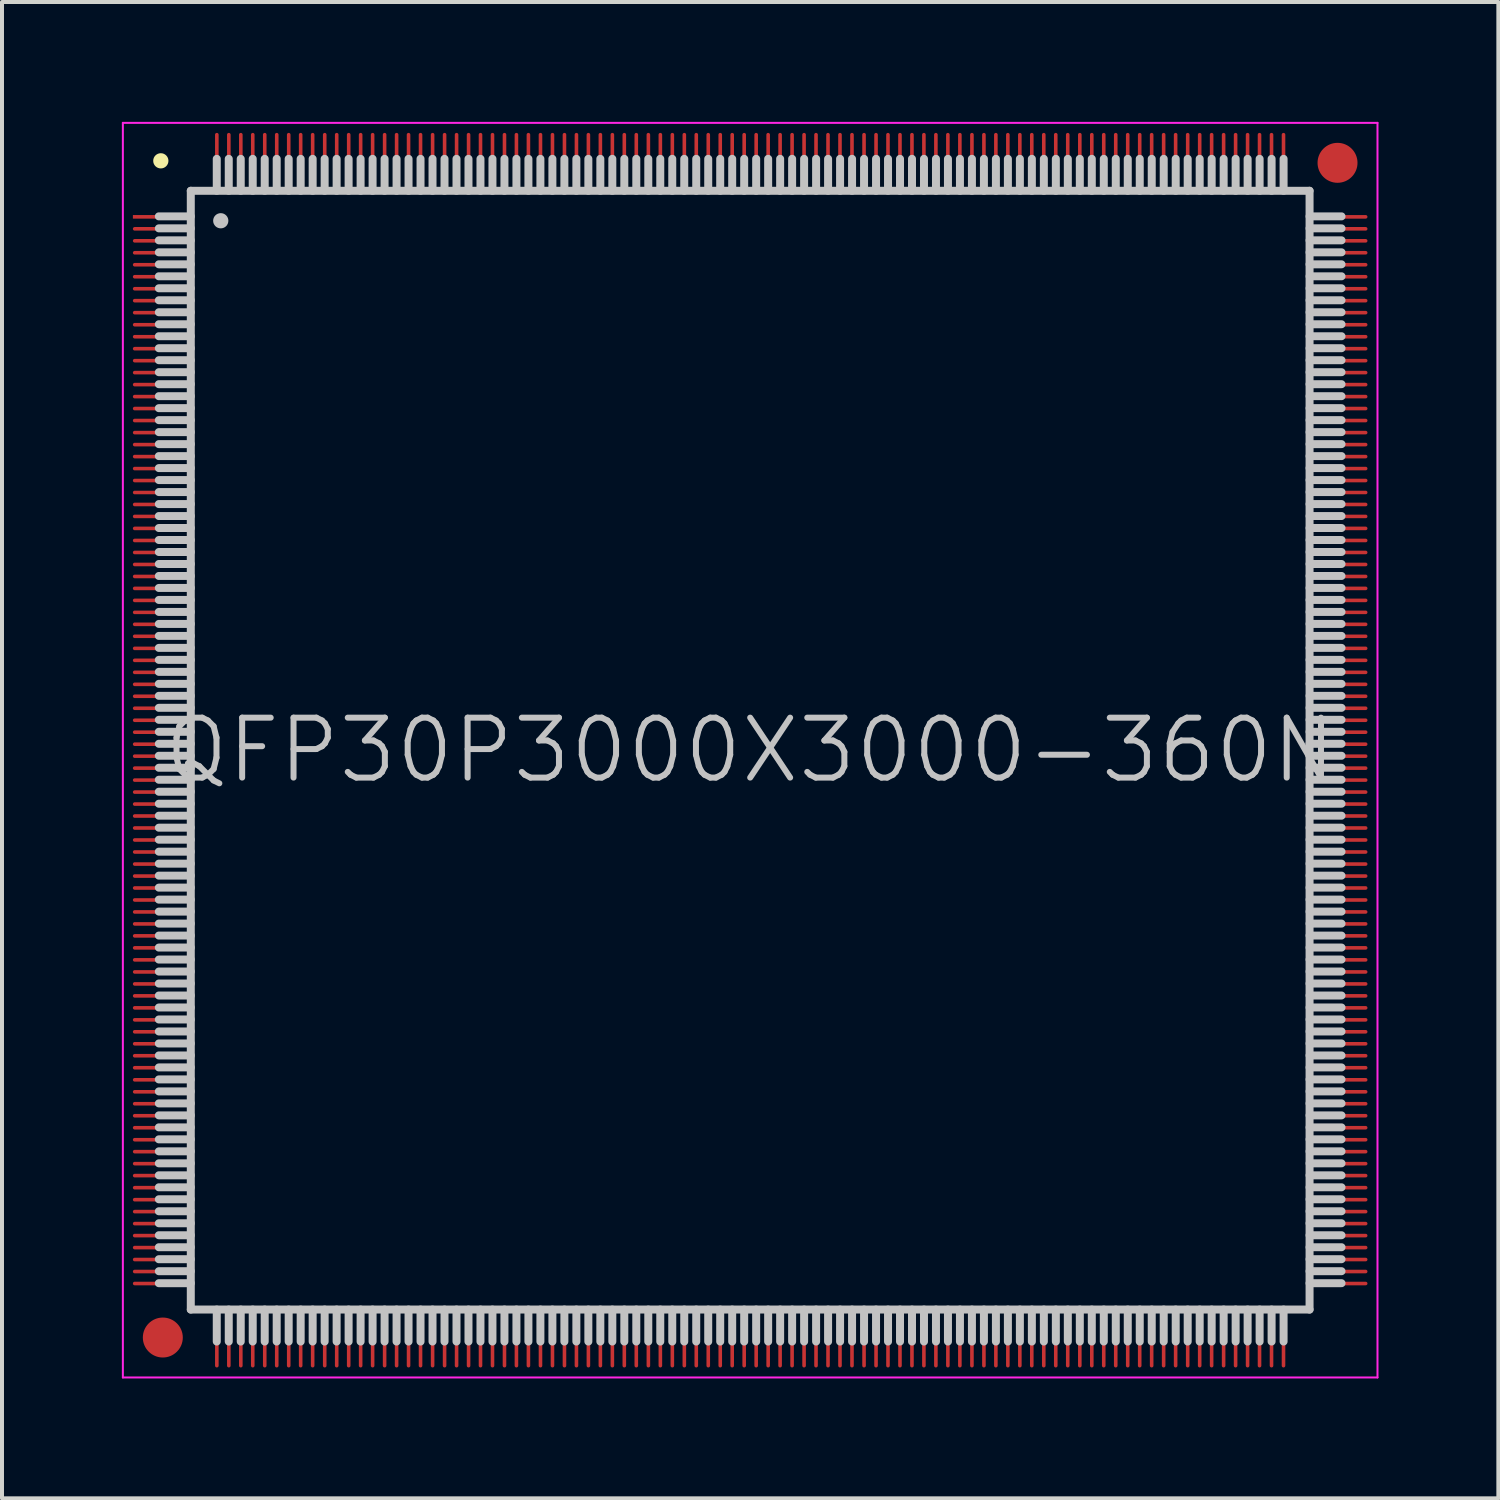
<source format=kicad_pcb>
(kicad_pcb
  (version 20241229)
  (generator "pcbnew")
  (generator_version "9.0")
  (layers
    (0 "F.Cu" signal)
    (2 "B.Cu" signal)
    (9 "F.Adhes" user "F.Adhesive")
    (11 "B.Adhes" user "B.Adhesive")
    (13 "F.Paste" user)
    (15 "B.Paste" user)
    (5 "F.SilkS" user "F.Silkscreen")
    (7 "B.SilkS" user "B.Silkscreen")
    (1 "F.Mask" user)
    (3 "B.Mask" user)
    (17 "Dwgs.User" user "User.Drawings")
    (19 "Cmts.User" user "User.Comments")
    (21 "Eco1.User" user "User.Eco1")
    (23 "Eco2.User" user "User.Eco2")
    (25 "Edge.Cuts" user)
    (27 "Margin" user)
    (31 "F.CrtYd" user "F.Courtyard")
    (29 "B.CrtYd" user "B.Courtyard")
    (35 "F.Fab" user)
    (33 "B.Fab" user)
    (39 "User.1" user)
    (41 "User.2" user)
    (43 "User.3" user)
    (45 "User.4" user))
  (footprint "QFP30P3000X3000-360N"
    (layer "F.Cu")
    (at 15.725 15.725)
    (property "Reference" "QFP30P3000X3000-360N" (at 0 0 0) (layer "Dwgs.User") (effects (font (size 1.5 1.5) (thickness 0.15))))
    (attr smd)
    (fp_line (start -14.75 -14.75) (end -14.75 -14.75) (stroke (width 0.381) (type solid)) (layer "F.SilkS"))
    (fp_line (start -14 -14) (end -14 14) (stroke (width 0.2) (type solid)) (layer "Dwgs.User"))
    (fp_line (start -14 -14) (end 14 -14) (stroke (width 0.2) (type solid)) (layer "Dwgs.User"))
    (fp_line (start -14 -13.36) (end -14.8 -13.36) (stroke (width 0.2) (type solid)) (layer "Dwgs.User"))
    (fp_line (start -14 -13.06) (end -14.8 -13.06) (stroke (width 0.2) (type solid)) (layer "Dwgs.User"))
    (fp_line (start -14 -12.76) (end -14.8 -12.76) (stroke (width 0.2) (type solid)) (layer "Dwgs.User"))
    (fp_line (start -14 -12.46) (end -14.8 -12.46) (stroke (width 0.2) (type solid)) (layer "Dwgs.User"))
    (fp_line (start -14 -12.16) (end -14.8 -12.16) (stroke (width 0.2) (type solid)) (layer "Dwgs.User"))
    (fp_line (start -14 -11.86) (end -14.8 -11.86) (stroke (width 0.2) (type solid)) (layer "Dwgs.User"))
    (fp_line (start -14 -11.56) (end -14.8 -11.56) (stroke (width 0.2) (type solid)) (layer "Dwgs.User"))
    (fp_line (start -14 -11.26) (end -14.8 -11.26) (stroke (width 0.2) (type solid)) (layer "Dwgs.User"))
    (fp_line (start -14 -10.96) (end -14.8 -10.96) (stroke (width 0.2) (type solid)) (layer "Dwgs.User"))
    (fp_line (start -14 -10.66) (end -14.8 -10.66) (stroke (width 0.2) (type solid)) (layer "Dwgs.User"))
    (fp_line (start -14 -10.36) (end -14.8 -10.36) (stroke (width 0.2) (type solid)) (layer "Dwgs.User"))
    (fp_line (start -14 -10.06) (end -14.8 -10.06) (stroke (width 0.2) (type solid)) (layer "Dwgs.User"))
    (fp_line (start -14 -9.76) (end -14.8 -9.76) (stroke (width 0.2) (type solid)) (layer "Dwgs.User"))
    (fp_line (start -14 -9.46) (end -14.8 -9.46) (stroke (width 0.2) (type solid)) (layer "Dwgs.User"))
    (fp_line (start -14 -9.16) (end -14.8 -9.16) (stroke (width 0.2) (type solid)) (layer "Dwgs.User"))
    (fp_line (start -14 -8.86) (end -14.8 -8.86) (stroke (width 0.2) (type solid)) (layer "Dwgs.User"))
    (fp_line (start -14 -8.56) (end -14.8 -8.56) (stroke (width 0.2) (type solid)) (layer "Dwgs.User"))
    (fp_line (start -14 -8.26) (end -14.8 -8.26) (stroke (width 0.2) (type solid)) (layer "Dwgs.User"))
    (fp_line (start -14 -7.96) (end -14.8 -7.96) (stroke (width 0.2) (type solid)) (layer "Dwgs.User"))
    (fp_line (start -14 -7.66) (end -14.8 -7.66) (stroke (width 0.2) (type solid)) (layer "Dwgs.User"))
    (fp_line (start -14 -7.36) (end -14.8 -7.36) (stroke (width 0.2) (type solid)) (layer "Dwgs.User"))
    (fp_line (start -14 -7.06) (end -14.8 -7.06) (stroke (width 0.2) (type solid)) (layer "Dwgs.User"))
    (fp_line (start -14 -6.76) (end -14.8 -6.76) (stroke (width 0.2) (type solid)) (layer "Dwgs.User"))
    (fp_line (start -14 -6.46) (end -14.8 -6.46) (stroke (width 0.2) (type solid)) (layer "Dwgs.User"))
    (fp_line (start -14 -6.16) (end -14.8 -6.16) (stroke (width 0.2) (type solid)) (layer "Dwgs.User"))
    (fp_line (start -14 -5.86) (end -14.8 -5.86) (stroke (width 0.2) (type solid)) (layer "Dwgs.User"))
    (fp_line (start -14 -5.56) (end -14.8 -5.56) (stroke (width 0.2) (type solid)) (layer "Dwgs.User"))
    (fp_line (start -14 -5.26) (end -14.8 -5.26) (stroke (width 0.2) (type solid)) (layer "Dwgs.User"))
    (fp_line (start -14 -4.96) (end -14.8 -4.96) (stroke (width 0.2) (type solid)) (layer "Dwgs.User"))
    (fp_line (start -14 -4.66) (end -14.8 -4.66) (stroke (width 0.2) (type solid)) (layer "Dwgs.User"))
    (fp_line (start -14 -4.36) (end -14.8 -4.36) (stroke (width 0.2) (type solid)) (layer "Dwgs.User"))
    (fp_line (start -14 -4.06) (end -14.8 -4.06) (stroke (width 0.2) (type solid)) (layer "Dwgs.User"))
    (fp_line (start -14 -3.76) (end -14.8 -3.76) (stroke (width 0.2) (type solid)) (layer "Dwgs.User"))
    (fp_line (start -14 -3.46) (end -14.8 -3.46) (stroke (width 0.2) (type solid)) (layer "Dwgs.User"))
    (fp_line (start -14 -3.16) (end -14.8 -3.16) (stroke (width 0.2) (type solid)) (layer "Dwgs.User"))
    (fp_line (start -14 -2.86) (end -14.8 -2.86) (stroke (width 0.2) (type solid)) (layer "Dwgs.User"))
    (fp_line (start -14 -2.56) (end -14.8 -2.56) (stroke (width 0.2) (type solid)) (layer "Dwgs.User"))
    (fp_line (start -14 -2.26) (end -14.8 -2.26) (stroke (width 0.2) (type solid)) (layer "Dwgs.User"))
    (fp_line (start -14 -1.96) (end -14.8 -1.96) (stroke (width 0.2) (type solid)) (layer "Dwgs.User"))
    (fp_line (start -14 -1.66) (end -14.8 -1.66) (stroke (width 0.2) (type solid)) (layer "Dwgs.User"))
    (fp_line (start -14 -1.36) (end -14.8 -1.36) (stroke (width 0.2) (type solid)) (layer "Dwgs.User"))
    (fp_line (start -14 -1.06) (end -14.8 -1.06) (stroke (width 0.2) (type solid)) (layer "Dwgs.User"))
    (fp_line (start -14 -0.76) (end -14.8 -0.76) (stroke (width 0.2) (type solid)) (layer "Dwgs.User"))
    (fp_line (start -14 -0.46) (end -14.8 -0.46) (stroke (width 0.2) (type solid)) (layer "Dwgs.User"))
    (fp_line (start -14 -0.16) (end -14.8 -0.16) (stroke (width 0.2) (type solid)) (layer "Dwgs.User"))
    (fp_line (start -14 0.14) (end -14.8 0.14) (stroke (width 0.2) (type solid)) (layer "Dwgs.User"))
    (fp_line (start -14 0.44) (end -14.8 0.44) (stroke (width 0.2) (type solid)) (layer "Dwgs.User"))
    (fp_line (start -14 0.74) (end -14.8 0.74) (stroke (width 0.2) (type solid)) (layer "Dwgs.User"))
    (fp_line (start -14 1.04) (end -14.8 1.04) (stroke (width 0.2) (type solid)) (layer "Dwgs.User"))
    (fp_line (start -14 1.34) (end -14.8 1.34) (stroke (width 0.2) (type solid)) (layer "Dwgs.User"))
    (fp_line (start -14 1.64) (end -14.8 1.64) (stroke (width 0.2) (type solid)) (layer "Dwgs.User"))
    (fp_line (start -14 1.94) (end -14.8 1.94) (stroke (width 0.2) (type solid)) (layer "Dwgs.User"))
    (fp_line (start -14 2.24) (end -14.8 2.24) (stroke (width 0.2) (type solid)) (layer "Dwgs.User"))
    (fp_line (start -14 2.54) (end -14.8 2.54) (stroke (width 0.2) (type solid)) (layer "Dwgs.User"))
    (fp_line (start -14 2.84) (end -14.8 2.84) (stroke (width 0.2) (type solid)) (layer "Dwgs.User"))
    (fp_line (start -14 3.14) (end -14.8 3.14) (stroke (width 0.2) (type solid)) (layer "Dwgs.User"))
    (fp_line (start -14 3.44) (end -14.8 3.44) (stroke (width 0.2) (type solid)) (layer "Dwgs.User"))
    (fp_line (start -14 3.74) (end -14.8 3.74) (stroke (width 0.2) (type solid)) (layer "Dwgs.User"))
    (fp_line (start -14 4.04) (end -14.8 4.04) (stroke (width 0.2) (type solid)) (layer "Dwgs.User"))
    (fp_line (start -14 4.34) (end -14.8 4.34) (stroke (width 0.2) (type solid)) (layer "Dwgs.User"))
    (fp_line (start -14 4.64) (end -14.8 4.64) (stroke (width 0.2) (type solid)) (layer "Dwgs.User"))
    (fp_line (start -14 4.94) (end -14.8 4.94) (stroke (width 0.2) (type solid)) (layer "Dwgs.User"))
    (fp_line (start -14 5.24) (end -14.8 5.24) (stroke (width 0.2) (type solid)) (layer "Dwgs.User"))
    (fp_line (start -14 5.54) (end -14.8 5.54) (stroke (width 0.2) (type solid)) (layer "Dwgs.User"))
    (fp_line (start -14 5.84) (end -14.8 5.84) (stroke (width 0.2) (type solid)) (layer "Dwgs.User"))
    (fp_line (start -14 6.14) (end -14.8 6.14) (stroke (width 0.2) (type solid)) (layer "Dwgs.User"))
    (fp_line (start -14 6.44) (end -14.8 6.44) (stroke (width 0.2) (type solid)) (layer "Dwgs.User"))
    (fp_line (start -14 6.74) (end -14.8 6.74) (stroke (width 0.2) (type solid)) (layer "Dwgs.User"))
    (fp_line (start -14 7.04) (end -14.8 7.04) (stroke (width 0.2) (type solid)) (layer "Dwgs.User"))
    (fp_line (start -14 7.34) (end -14.8 7.34) (stroke (width 0.2) (type solid)) (layer "Dwgs.User"))
    (fp_line (start -14 7.64) (end -14.8 7.64) (stroke (width 0.2) (type solid)) (layer "Dwgs.User"))
    (fp_line (start -14 7.94) (end -14.8 7.94) (stroke (width 0.2) (type solid)) (layer "Dwgs.User"))
    (fp_line (start -14 8.24) (end -14.8 8.24) (stroke (width 0.2) (type solid)) (layer "Dwgs.User"))
    (fp_line (start -14 8.54) (end -14.8 8.54) (stroke (width 0.2) (type solid)) (layer "Dwgs.User"))
    (fp_line (start -14 8.84) (end -14.8 8.84) (stroke (width 0.2) (type solid)) (layer "Dwgs.User"))
    (fp_line (start -14 9.14) (end -14.8 9.14) (stroke (width 0.2) (type solid)) (layer "Dwgs.User"))
    (fp_line (start -14 9.44) (end -14.8 9.44) (stroke (width 0.2) (type solid)) (layer "Dwgs.User"))
    (fp_line (start -14 9.74) (end -14.8 9.74) (stroke (width 0.2) (type solid)) (layer "Dwgs.User"))
    (fp_line (start -14 10.04) (end -14.8 10.04) (stroke (width 0.2) (type solid)) (layer "Dwgs.User"))
    (fp_line (start -14 10.34) (end -14.8 10.34) (stroke (width 0.2) (type solid)) (layer "Dwgs.User"))
    (fp_line (start -14 10.64) (end -14.8 10.64) (stroke (width 0.2) (type solid)) (layer "Dwgs.User"))
    (fp_line (start -14 10.94) (end -14.8 10.94) (stroke (width 0.2) (type solid)) (layer "Dwgs.User"))
    (fp_line (start -14 11.24) (end -14.8 11.24) (stroke (width 0.2) (type solid)) (layer "Dwgs.User"))
    (fp_line (start -14 11.54) (end -14.8 11.54) (stroke (width 0.2) (type solid)) (layer "Dwgs.User"))
    (fp_line (start -14 11.84) (end -14.8 11.84) (stroke (width 0.2) (type solid)) (layer "Dwgs.User"))
    (fp_line (start -14 12.14) (end -14.8 12.14) (stroke (width 0.2) (type solid)) (layer "Dwgs.User"))
    (fp_line (start -14 12.44) (end -14.8 12.44) (stroke (width 0.2) (type solid)) (layer "Dwgs.User"))
    (fp_line (start -14 12.74) (end -14.8 12.74) (stroke (width 0.2) (type solid)) (layer "Dwgs.User"))
    (fp_line (start -14 13.04) (end -14.8 13.04) (stroke (width 0.2) (type solid)) (layer "Dwgs.User"))
    (fp_line (start -14 13.34) (end -14.8 13.34) (stroke (width 0.2) (type solid)) (layer "Dwgs.User"))
    (fp_line (start -14 14) (end 14 14) (stroke (width 0.2) (type solid)) (layer "Dwgs.User"))
    (fp_line (start -13.35 -14) (end -13.35 -14.8) (stroke (width 0.2) (type solid)) (layer "Dwgs.User"))
    (fp_line (start -13.35 14.8) (end -13.35 14) (stroke (width 0.2) (type solid)) (layer "Dwgs.User"))
    (fp_line (start -13.25 -13.25) (end -13.25 -13.25) (stroke (width 0.381) (type solid)) (layer "Dwgs.User"))
    (fp_line (start -13.05 -14) (end -13.05 -14.8) (stroke (width 0.2) (type solid)) (layer "Dwgs.User"))
    (fp_line (start -13.05 14.8) (end -13.05 14) (stroke (width 0.2) (type solid)) (layer "Dwgs.User"))
    (fp_line (start -12.75 -14) (end -12.75 -14.8) (stroke (width 0.2) (type solid)) (layer "Dwgs.User"))
    (fp_line (start -12.75 14.8) (end -12.75 14) (stroke (width 0.2) (type solid)) (layer "Dwgs.User"))
    (fp_line (start -12.45 -14) (end -12.45 -14.8) (stroke (width 0.2) (type solid)) (layer "Dwgs.User"))
    (fp_line (start -12.45 14.8) (end -12.45 14) (stroke (width 0.2) (type solid)) (layer "Dwgs.User"))
    (fp_line (start -12.15 -14) (end -12.15 -14.8) (stroke (width 0.2) (type solid)) (layer "Dwgs.User"))
    (fp_line (start -12.15 14.8) (end -12.15 14) (stroke (width 0.2) (type solid)) (layer "Dwgs.User"))
    (fp_line (start -11.85 -14) (end -11.85 -14.8) (stroke (width 0.2) (type solid)) (layer "Dwgs.User"))
    (fp_line (start -11.85 14.8) (end -11.85 14) (stroke (width 0.2) (type solid)) (layer "Dwgs.User"))
    (fp_line (start -11.55 -14) (end -11.55 -14.8) (stroke (width 0.2) (type solid)) (layer "Dwgs.User"))
    (fp_line (start -11.55 14.8) (end -11.55 14) (stroke (width 0.2) (type solid)) (layer "Dwgs.User"))
    (fp_line (start -11.25 -14) (end -11.25 -14.8) (stroke (width 0.2) (type solid)) (layer "Dwgs.User"))
    (fp_line (start -11.25 14.8) (end -11.25 14) (stroke (width 0.2) (type solid)) (layer "Dwgs.User"))
    (fp_line (start -10.95 -14) (end -10.95 -14.8) (stroke (width 0.2) (type solid)) (layer "Dwgs.User"))
    (fp_line (start -10.95 14.8) (end -10.95 14) (stroke (width 0.2) (type solid)) (layer "Dwgs.User"))
    (fp_line (start -10.65 -14) (end -10.65 -14.8) (stroke (width 0.2) (type solid)) (layer "Dwgs.User"))
    (fp_line (start -10.65 14.8) (end -10.65 14) (stroke (width 0.2) (type solid)) (layer "Dwgs.User"))
    (fp_line (start -10.35 -14) (end -10.35 -14.8) (stroke (width 0.2) (type solid)) (layer "Dwgs.User"))
    (fp_line (start -10.35 14.8) (end -10.35 14) (stroke (width 0.2) (type solid)) (layer "Dwgs.User"))
    (fp_line (start -10.05 -14) (end -10.05 -14.8) (stroke (width 0.2) (type solid)) (layer "Dwgs.User"))
    (fp_line (start -10.05 14.8) (end -10.05 14) (stroke (width 0.2) (type solid)) (layer "Dwgs.User"))
    (fp_line (start -9.75 -14) (end -9.75 -14.8) (stroke (width 0.2) (type solid)) (layer "Dwgs.User"))
    (fp_line (start -9.75 14.8) (end -9.75 14) (stroke (width 0.2) (type solid)) (layer "Dwgs.User"))
    (fp_line (start -9.45 -14) (end -9.45 -14.8) (stroke (width 0.2) (type solid)) (layer "Dwgs.User"))
    (fp_line (start -9.45 14.8) (end -9.45 14) (stroke (width 0.2) (type solid)) (layer "Dwgs.User"))
    (fp_line (start -9.15 -14) (end -9.15 -14.8) (stroke (width 0.2) (type solid)) (layer "Dwgs.User"))
    (fp_line (start -9.15 14.8) (end -9.15 14) (stroke (width 0.2) (type solid)) (layer "Dwgs.User"))
    (fp_line (start -8.85 -14) (end -8.85 -14.8) (stroke (width 0.2) (type solid)) (layer "Dwgs.User"))
    (fp_line (start -8.85 14.8) (end -8.85 14) (stroke (width 0.2) (type solid)) (layer "Dwgs.User"))
    (fp_line (start -8.55 -14) (end -8.55 -14.8) (stroke (width 0.2) (type solid)) (layer "Dwgs.User"))
    (fp_line (start -8.55 14.8) (end -8.55 14) (stroke (width 0.2) (type solid)) (layer "Dwgs.User"))
    (fp_line (start -8.25 -14) (end -8.25 -14.8) (stroke (width 0.2) (type solid)) (layer "Dwgs.User"))
    (fp_line (start -8.25 14.8) (end -8.25 14) (stroke (width 0.2) (type solid)) (layer "Dwgs.User"))
    (fp_line (start -7.95 -14) (end -7.95 -14.8) (stroke (width 0.2) (type solid)) (layer "Dwgs.User"))
    (fp_line (start -7.95 14.8) (end -7.95 14) (stroke (width 0.2) (type solid)) (layer "Dwgs.User"))
    (fp_line (start -7.65 -14) (end -7.65 -14.8) (stroke (width 0.2) (type solid)) (layer "Dwgs.User"))
    (fp_line (start -7.65 14.8) (end -7.65 14) (stroke (width 0.2) (type solid)) (layer "Dwgs.User"))
    (fp_line (start -7.35 -14) (end -7.35 -14.8) (stroke (width 0.2) (type solid)) (layer "Dwgs.User"))
    (fp_line (start -7.35 14.8) (end -7.35 14) (stroke (width 0.2) (type solid)) (layer "Dwgs.User"))
    (fp_line (start -7.05 -14) (end -7.05 -14.8) (stroke (width 0.2) (type solid)) (layer "Dwgs.User"))
    (fp_line (start -7.05 14.8) (end -7.05 14) (stroke (width 0.2) (type solid)) (layer "Dwgs.User"))
    (fp_line (start -6.75 -14) (end -6.75 -14.8) (stroke (width 0.2) (type solid)) (layer "Dwgs.User"))
    (fp_line (start -6.75 14.8) (end -6.75 14) (stroke (width 0.2) (type solid)) (layer "Dwgs.User"))
    (fp_line (start -6.45 -14) (end -6.45 -14.8) (stroke (width 0.2) (type solid)) (layer "Dwgs.User"))
    (fp_line (start -6.45 14.8) (end -6.45 14) (stroke (width 0.2) (type solid)) (layer "Dwgs.User"))
    (fp_line (start -6.15 -14) (end -6.15 -14.8) (stroke (width 0.2) (type solid)) (layer "Dwgs.User"))
    (fp_line (start -6.15 14.8) (end -6.15 14) (stroke (width 0.2) (type solid)) (layer "Dwgs.User"))
    (fp_line (start -5.85 -14) (end -5.85 -14.8) (stroke (width 0.2) (type solid)) (layer "Dwgs.User"))
    (fp_line (start -5.85 14.8) (end -5.85 14) (stroke (width 0.2) (type solid)) (layer "Dwgs.User"))
    (fp_line (start -5.55 -14) (end -5.55 -14.8) (stroke (width 0.2) (type solid)) (layer "Dwgs.User"))
    (fp_line (start -5.55 14.8) (end -5.55 14) (stroke (width 0.2) (type solid)) (layer "Dwgs.User"))
    (fp_line (start -5.25 -14) (end -5.25 -14.8) (stroke (width 0.2) (type solid)) (layer "Dwgs.User"))
    (fp_line (start -5.25 14.8) (end -5.25 14) (stroke (width 0.2) (type solid)) (layer "Dwgs.User"))
    (fp_line (start -4.95 -14) (end -4.95 -14.8) (stroke (width 0.2) (type solid)) (layer "Dwgs.User"))
    (fp_line (start -4.95 14.8) (end -4.95 14) (stroke (width 0.2) (type solid)) (layer "Dwgs.User"))
    (fp_line (start -4.65 -14) (end -4.65 -14.8) (stroke (width 0.2) (type solid)) (layer "Dwgs.User"))
    (fp_line (start -4.65 14.8) (end -4.65 14) (stroke (width 0.2) (type solid)) (layer "Dwgs.User"))
    (fp_line (start -4.35 -14) (end -4.35 -14.8) (stroke (width 0.2) (type solid)) (layer "Dwgs.User"))
    (fp_line (start -4.35 14.8) (end -4.35 14) (stroke (width 0.2) (type solid)) (layer "Dwgs.User"))
    (fp_line (start -4.05 -14) (end -4.05 -14.8) (stroke (width 0.2) (type solid)) (layer "Dwgs.User"))
    (fp_line (start -4.05 14.8) (end -4.05 14) (stroke (width 0.2) (type solid)) (layer "Dwgs.User"))
    (fp_line (start -3.75 -14) (end -3.75 -14.8) (stroke (width 0.2) (type solid)) (layer "Dwgs.User"))
    (fp_line (start -3.75 14.8) (end -3.75 14) (stroke (width 0.2) (type solid)) (layer "Dwgs.User"))
    (fp_line (start -3.45 -14) (end -3.45 -14.8) (stroke (width 0.2) (type solid)) (layer "Dwgs.User"))
    (fp_line (start -3.45 14.8) (end -3.45 14) (stroke (width 0.2) (type solid)) (layer "Dwgs.User"))
    (fp_line (start -3.15 -14) (end -3.15 -14.8) (stroke (width 0.2) (type solid)) (layer "Dwgs.User"))
    (fp_line (start -3.15 14.8) (end -3.15 14) (stroke (width 0.2) (type solid)) (layer "Dwgs.User"))
    (fp_line (start -2.85 -14) (end -2.85 -14.8) (stroke (width 0.2) (type solid)) (layer "Dwgs.User"))
    (fp_line (start -2.85 14.8) (end -2.85 14) (stroke (width 0.2) (type solid)) (layer "Dwgs.User"))
    (fp_line (start -2.55 -14) (end -2.55 -14.8) (stroke (width 0.2) (type solid)) (layer "Dwgs.User"))
    (fp_line (start -2.55 14.8) (end -2.55 14) (stroke (width 0.2) (type solid)) (layer "Dwgs.User"))
    (fp_line (start -2.25 -14) (end -2.25 -14.8) (stroke (width 0.2) (type solid)) (layer "Dwgs.User"))
    (fp_line (start -2.25 14.8) (end -2.25 14) (stroke (width 0.2) (type solid)) (layer "Dwgs.User"))
    (fp_line (start -1.95 -14) (end -1.95 -14.8) (stroke (width 0.2) (type solid)) (layer "Dwgs.User"))
    (fp_line (start -1.95 14.8) (end -1.95 14) (stroke (width 0.2) (type solid)) (layer "Dwgs.User"))
    (fp_line (start -1.65 -14) (end -1.65 -14.8) (stroke (width 0.2) (type solid)) (layer "Dwgs.User"))
    (fp_line (start -1.65 14.8) (end -1.65 14) (stroke (width 0.2) (type solid)) (layer "Dwgs.User"))
    (fp_line (start -1.35 -14) (end -1.35 -14.8) (stroke (width 0.2) (type solid)) (layer "Dwgs.User"))
    (fp_line (start -1.35 14.8) (end -1.35 14) (stroke (width 0.2) (type solid)) (layer "Dwgs.User"))
    (fp_line (start -1.05 -14) (end -1.05 -14.8) (stroke (width 0.2) (type solid)) (layer "Dwgs.User"))
    (fp_line (start -1.05 14.8) (end -1.05 14) (stroke (width 0.2) (type solid)) (layer "Dwgs.User"))
    (fp_line (start -0.75 -14) (end -0.75 -14.8) (stroke (width 0.2) (type solid)) (layer "Dwgs.User"))
    (fp_line (start -0.75 14.8) (end -0.75 14) (stroke (width 0.2) (type solid)) (layer "Dwgs.User"))
    (fp_line (start -0.45 -14) (end -0.45 -14.8) (stroke (width 0.2) (type solid)) (layer "Dwgs.User"))
    (fp_line (start -0.45 14.8) (end -0.45 14) (stroke (width 0.2) (type solid)) (layer "Dwgs.User"))
    (fp_line (start -0.15 -14) (end -0.15 -14.8) (stroke (width 0.2) (type solid)) (layer "Dwgs.User"))
    (fp_line (start -0.15 14.8) (end -0.15 14) (stroke (width 0.2) (type solid)) (layer "Dwgs.User"))
    (fp_line (start 0.15 -14) (end 0.15 -14.8) (stroke (width 0.2) (type solid)) (layer "Dwgs.User"))
    (fp_line (start 0.15 14.8) (end 0.15 14) (stroke (width 0.2) (type solid)) (layer "Dwgs.User"))
    (fp_line (start 0.45 -14) (end 0.45 -14.8) (stroke (width 0.2) (type solid)) (layer "Dwgs.User"))
    (fp_line (start 0.45 14.8) (end 0.45 14) (stroke (width 0.2) (type solid)) (layer "Dwgs.User"))
    (fp_line (start 0.75 -14) (end 0.75 -14.8) (stroke (width 0.2) (type solid)) (layer "Dwgs.User"))
    (fp_line (start 0.75 14.8) (end 0.75 14) (stroke (width 0.2) (type solid)) (layer "Dwgs.User"))
    (fp_line (start 1.05 -14) (end 1.05 -14.8) (stroke (width 0.2) (type solid)) (layer "Dwgs.User"))
    (fp_line (start 1.05 14.8) (end 1.05 14) (stroke (width 0.2) (type solid)) (layer "Dwgs.User"))
    (fp_line (start 1.35 -14) (end 1.35 -14.8) (stroke (width 0.2) (type solid)) (layer "Dwgs.User"))
    (fp_line (start 1.35 14.8) (end 1.35 14) (stroke (width 0.2) (type solid)) (layer "Dwgs.User"))
    (fp_line (start 1.65 -14) (end 1.65 -14.8) (stroke (width 0.2) (type solid)) (layer "Dwgs.User"))
    (fp_line (start 1.65 14.8) (end 1.65 14) (stroke (width 0.2) (type solid)) (layer "Dwgs.User"))
    (fp_line (start 1.95 -14) (end 1.95 -14.8) (stroke (width 0.2) (type solid)) (layer "Dwgs.User"))
    (fp_line (start 1.95 14.8) (end 1.95 14) (stroke (width 0.2) (type solid)) (layer "Dwgs.User"))
    (fp_line (start 2.25 -14) (end 2.25 -14.8) (stroke (width 0.2) (type solid)) (layer "Dwgs.User"))
    (fp_line (start 2.25 14.8) (end 2.25 14) (stroke (width 0.2) (type solid)) (layer "Dwgs.User"))
    (fp_line (start 2.55 -14) (end 2.55 -14.8) (stroke (width 0.2) (type solid)) (layer "Dwgs.User"))
    (fp_line (start 2.55 14.8) (end 2.55 14) (stroke (width 0.2) (type solid)) (layer "Dwgs.User"))
    (fp_line (start 2.85 -14) (end 2.85 -14.8) (stroke (width 0.2) (type solid)) (layer "Dwgs.User"))
    (fp_line (start 2.85 14.8) (end 2.85 14) (stroke (width 0.2) (type solid)) (layer "Dwgs.User"))
    (fp_line (start 3.15 -14) (end 3.15 -14.8) (stroke (width 0.2) (type solid)) (layer "Dwgs.User"))
    (fp_line (start 3.15 14.8) (end 3.15 14) (stroke (width 0.2) (type solid)) (layer "Dwgs.User"))
    (fp_line (start 3.45 -14) (end 3.45 -14.8) (stroke (width 0.2) (type solid)) (layer "Dwgs.User"))
    (fp_line (start 3.45 14.8) (end 3.45 14) (stroke (width 0.2) (type solid)) (layer "Dwgs.User"))
    (fp_line (start 3.75 -14) (end 3.75 -14.8) (stroke (width 0.2) (type solid)) (layer "Dwgs.User"))
    (fp_line (start 3.75 14.8) (end 3.75 14) (stroke (width 0.2) (type solid)) (layer "Dwgs.User"))
    (fp_line (start 4.05 -14) (end 4.05 -14.8) (stroke (width 0.2) (type solid)) (layer "Dwgs.User"))
    (fp_line (start 4.05 14.8) (end 4.05 14) (stroke (width 0.2) (type solid)) (layer "Dwgs.User"))
    (fp_line (start 4.35 -14) (end 4.35 -14.8) (stroke (width 0.2) (type solid)) (layer "Dwgs.User"))
    (fp_line (start 4.35 14.8) (end 4.35 14) (stroke (width 0.2) (type solid)) (layer "Dwgs.User"))
    (fp_line (start 4.65 -14) (end 4.65 -14.8) (stroke (width 0.2) (type solid)) (layer "Dwgs.User"))
    (fp_line (start 4.65 14.8) (end 4.65 14) (stroke (width 0.2) (type solid)) (layer "Dwgs.User"))
    (fp_line (start 4.95 -14) (end 4.95 -14.8) (stroke (width 0.2) (type solid)) (layer "Dwgs.User"))
    (fp_line (start 4.95 14.8) (end 4.95 14) (stroke (width 0.2) (type solid)) (layer "Dwgs.User"))
    (fp_line (start 5.25 -14) (end 5.25 -14.8) (stroke (width 0.2) (type solid)) (layer "Dwgs.User"))
    (fp_line (start 5.25 14.8) (end 5.25 14) (stroke (width 0.2) (type solid)) (layer "Dwgs.User"))
    (fp_line (start 5.55 -14) (end 5.55 -14.8) (stroke (width 0.2) (type solid)) (layer "Dwgs.User"))
    (fp_line (start 5.55 14.8) (end 5.55 14) (stroke (width 0.2) (type solid)) (layer "Dwgs.User"))
    (fp_line (start 5.85 -14) (end 5.85 -14.8) (stroke (width 0.2) (type solid)) (layer "Dwgs.User"))
    (fp_line (start 5.85 14.8) (end 5.85 14) (stroke (width 0.2) (type solid)) (layer "Dwgs.User"))
    (fp_line (start 6.15 -14) (end 6.15 -14.8) (stroke (width 0.2) (type solid)) (layer "Dwgs.User"))
    (fp_line (start 6.15 14.8) (end 6.15 14) (stroke (width 0.2) (type solid)) (layer "Dwgs.User"))
    (fp_line (start 6.45 -14) (end 6.45 -14.8) (stroke (width 0.2) (type solid)) (layer "Dwgs.User"))
    (fp_line (start 6.45 14.8) (end 6.45 14) (stroke (width 0.2) (type solid)) (layer "Dwgs.User"))
    (fp_line (start 6.75 -14) (end 6.75 -14.8) (stroke (width 0.2) (type solid)) (layer "Dwgs.User"))
    (fp_line (start 6.75 14.8) (end 6.75 14) (stroke (width 0.2) (type solid)) (layer "Dwgs.User"))
    (fp_line (start 7.05 -14) (end 7.05 -14.8) (stroke (width 0.2) (type solid)) (layer "Dwgs.User"))
    (fp_line (start 7.05 14.8) (end 7.05 14) (stroke (width 0.2) (type solid)) (layer "Dwgs.User"))
    (fp_line (start 7.35 -14) (end 7.35 -14.8) (stroke (width 0.2) (type solid)) (layer "Dwgs.User"))
    (fp_line (start 7.35 14.8) (end 7.35 14) (stroke (width 0.2) (type solid)) (layer "Dwgs.User"))
    (fp_line (start 7.65 -14) (end 7.65 -14.8) (stroke (width 0.2) (type solid)) (layer "Dwgs.User"))
    (fp_line (start 7.65 14.8) (end 7.65 14) (stroke (width 0.2) (type solid)) (layer "Dwgs.User"))
    (fp_line (start 7.95 -14) (end 7.95 -14.8) (stroke (width 0.2) (type solid)) (layer "Dwgs.User"))
    (fp_line (start 7.95 14.8) (end 7.95 14) (stroke (width 0.2) (type solid)) (layer "Dwgs.User"))
    (fp_line (start 8.25 -14) (end 8.25 -14.8) (stroke (width 0.2) (type solid)) (layer "Dwgs.User"))
    (fp_line (start 8.25 14.8) (end 8.25 14) (stroke (width 0.2) (type solid)) (layer "Dwgs.User"))
    (fp_line (start 8.55 -14) (end 8.55 -14.8) (stroke (width 0.2) (type solid)) (layer "Dwgs.User"))
    (fp_line (start 8.55 14.8) (end 8.55 14) (stroke (width 0.2) (type solid)) (layer "Dwgs.User"))
    (fp_line (start 8.85 -14) (end 8.85 -14.8) (stroke (width 0.2) (type solid)) (layer "Dwgs.User"))
    (fp_line (start 8.85 14.8) (end 8.85 14) (stroke (width 0.2) (type solid)) (layer "Dwgs.User"))
    (fp_line (start 9.15 -14) (end 9.15 -14.8) (stroke (width 0.2) (type solid)) (layer "Dwgs.User"))
    (fp_line (start 9.15 14.8) (end 9.15 14) (stroke (width 0.2) (type solid)) (layer "Dwgs.User"))
    (fp_line (start 9.45 -14) (end 9.45 -14.8) (stroke (width 0.2) (type solid)) (layer "Dwgs.User"))
    (fp_line (start 9.45 14.8) (end 9.45 14) (stroke (width 0.2) (type solid)) (layer "Dwgs.User"))
    (fp_line (start 9.75 -14) (end 9.75 -14.8) (stroke (width 0.2) (type solid)) (layer "Dwgs.User"))
    (fp_line (start 9.75 14.8) (end 9.75 14) (stroke (width 0.2) (type solid)) (layer "Dwgs.User"))
    (fp_line (start 10.05 -14) (end 10.05 -14.8) (stroke (width 0.2) (type solid)) (layer "Dwgs.User"))
    (fp_line (start 10.05 14.8) (end 10.05 14) (stroke (width 0.2) (type solid)) (layer "Dwgs.User"))
    (fp_line (start 10.35 -14) (end 10.35 -14.8) (stroke (width 0.2) (type solid)) (layer "Dwgs.User"))
    (fp_line (start 10.35 14.8) (end 10.35 14) (stroke (width 0.2) (type solid)) (layer "Dwgs.User"))
    (fp_line (start 10.65 -14) (end 10.65 -14.8) (stroke (width 0.2) (type solid)) (layer "Dwgs.User"))
    (fp_line (start 10.65 14.8) (end 10.65 14) (stroke (width 0.2) (type solid)) (layer "Dwgs.User"))
    (fp_line (start 10.95 -14) (end 10.95 -14.8) (stroke (width 0.2) (type solid)) (layer "Dwgs.User"))
    (fp_line (start 10.95 14.8) (end 10.95 14) (stroke (width 0.2) (type solid)) (layer "Dwgs.User"))
    (fp_line (start 11.25 -14) (end 11.25 -14.8) (stroke (width 0.2) (type solid)) (layer "Dwgs.User"))
    (fp_line (start 11.25 14.8) (end 11.25 14) (stroke (width 0.2) (type solid)) (layer "Dwgs.User"))
    (fp_line (start 11.55 -14) (end 11.55 -14.8) (stroke (width 0.2) (type solid)) (layer "Dwgs.User"))
    (fp_line (start 11.55 14.8) (end 11.55 14) (stroke (width 0.2) (type solid)) (layer "Dwgs.User"))
    (fp_line (start 11.85 -14) (end 11.85 -14.8) (stroke (width 0.2) (type solid)) (layer "Dwgs.User"))
    (fp_line (start 11.85 14.8) (end 11.85 14) (stroke (width 0.2) (type solid)) (layer "Dwgs.User"))
    (fp_line (start 12.15 -14) (end 12.15 -14.8) (stroke (width 0.2) (type solid)) (layer "Dwgs.User"))
    (fp_line (start 12.15 14.8) (end 12.15 14) (stroke (width 0.2) (type solid)) (layer "Dwgs.User"))
    (fp_line (start 12.45 -14) (end 12.45 -14.8) (stroke (width 0.2) (type solid)) (layer "Dwgs.User"))
    (fp_line (start 12.45 14.8) (end 12.45 14) (stroke (width 0.2) (type solid)) (layer "Dwgs.User"))
    (fp_line (start 12.75 -14) (end 12.75 -14.8) (stroke (width 0.2) (type solid)) (layer "Dwgs.User"))
    (fp_line (start 12.75 14.8) (end 12.75 14) (stroke (width 0.2) (type solid)) (layer "Dwgs.User"))
    (fp_line (start 13.05 -14) (end 13.05 -14.8) (stroke (width 0.2) (type solid)) (layer "Dwgs.User"))
    (fp_line (start 13.05 14.8) (end 13.05 14) (stroke (width 0.2) (type solid)) (layer "Dwgs.User"))
    (fp_line (start 13.35 -14) (end 13.35 -14.8) (stroke (width 0.2) (type solid)) (layer "Dwgs.User"))
    (fp_line (start 13.35 14.8) (end 13.35 14) (stroke (width 0.2) (type solid)) (layer "Dwgs.User"))
    (fp_line (start 14 -14) (end 14 14) (stroke (width 0.2) (type solid)) (layer "Dwgs.User"))
    (fp_line (start 14.8 -13.36) (end 14 -13.36) (stroke (width 0.2) (type solid)) (layer "Dwgs.User"))
    (fp_line (start 14.8 -13.06) (end 14 -13.06) (stroke (width 0.2) (type solid)) (layer "Dwgs.User"))
    (fp_line (start 14.8 -12.76) (end 14 -12.76) (stroke (width 0.2) (type solid)) (layer "Dwgs.User"))
    (fp_line (start 14.8 -12.46) (end 14 -12.46) (stroke (width 0.2) (type solid)) (layer "Dwgs.User"))
    (fp_line (start 14.8 -12.16) (end 14 -12.16) (stroke (width 0.2) (type solid)) (layer "Dwgs.User"))
    (fp_line (start 14.8 -11.86) (end 14 -11.86) (stroke (width 0.2) (type solid)) (layer "Dwgs.User"))
    (fp_line (start 14.8 -11.56) (end 14 -11.56) (stroke (width 0.2) (type solid)) (layer "Dwgs.User"))
    (fp_line (start 14.8 -11.26) (end 14 -11.26) (stroke (width 0.2) (type solid)) (layer "Dwgs.User"))
    (fp_line (start 14.8 -10.96) (end 14 -10.96) (stroke (width 0.2) (type solid)) (layer "Dwgs.User"))
    (fp_line (start 14.8 -10.66) (end 14 -10.66) (stroke (width 0.2) (type solid)) (layer "Dwgs.User"))
    (fp_line (start 14.8 -10.36) (end 14 -10.36) (stroke (width 0.2) (type solid)) (layer "Dwgs.User"))
    (fp_line (start 14.8 -10.06) (end 14 -10.06) (stroke (width 0.2) (type solid)) (layer "Dwgs.User"))
    (fp_line (start 14.8 -9.76) (end 14 -9.76) (stroke (width 0.2) (type solid)) (layer "Dwgs.User"))
    (fp_line (start 14.8 -9.46) (end 14 -9.46) (stroke (width 0.2) (type solid)) (layer "Dwgs.User"))
    (fp_line (start 14.8 -9.16) (end 14 -9.16) (stroke (width 0.2) (type solid)) (layer "Dwgs.User"))
    (fp_line (start 14.8 -8.86) (end 14 -8.86) (stroke (width 0.2) (type solid)) (layer "Dwgs.User"))
    (fp_line (start 14.8 -8.56) (end 14 -8.56) (stroke (width 0.2) (type solid)) (layer "Dwgs.User"))
    (fp_line (start 14.8 -8.26) (end 14 -8.26) (stroke (width 0.2) (type solid)) (layer "Dwgs.User"))
    (fp_line (start 14.8 -7.96) (end 14 -7.96) (stroke (width 0.2) (type solid)) (layer "Dwgs.User"))
    (fp_line (start 14.8 -7.66) (end 14 -7.66) (stroke (width 0.2) (type solid)) (layer "Dwgs.User"))
    (fp_line (start 14.8 -7.36) (end 14 -7.36) (stroke (width 0.2) (type solid)) (layer "Dwgs.User"))
    (fp_line (start 14.8 -7.06) (end 14 -7.06) (stroke (width 0.2) (type solid)) (layer "Dwgs.User"))
    (fp_line (start 14.8 -6.76) (end 14 -6.76) (stroke (width 0.2) (type solid)) (layer "Dwgs.User"))
    (fp_line (start 14.8 -6.46) (end 14 -6.46) (stroke (width 0.2) (type solid)) (layer "Dwgs.User"))
    (fp_line (start 14.8 -6.16) (end 14 -6.16) (stroke (width 0.2) (type solid)) (layer "Dwgs.User"))
    (fp_line (start 14.8 -5.86) (end 14 -5.86) (stroke (width 0.2) (type solid)) (layer "Dwgs.User"))
    (fp_line (start 14.8 -5.56) (end 14 -5.56) (stroke (width 0.2) (type solid)) (layer "Dwgs.User"))
    (fp_line (start 14.8 -5.26) (end 14 -5.26) (stroke (width 0.2) (type solid)) (layer "Dwgs.User"))
    (fp_line (start 14.8 -4.96) (end 14 -4.96) (stroke (width 0.2) (type solid)) (layer "Dwgs.User"))
    (fp_line (start 14.8 -4.66) (end 14 -4.66) (stroke (width 0.2) (type solid)) (layer "Dwgs.User"))
    (fp_line (start 14.8 -4.36) (end 14 -4.36) (stroke (width 0.2) (type solid)) (layer "Dwgs.User"))
    (fp_line (start 14.8 -4.06) (end 14 -4.06) (stroke (width 0.2) (type solid)) (layer "Dwgs.User"))
    (fp_line (start 14.8 -3.76) (end 14 -3.76) (stroke (width 0.2) (type solid)) (layer "Dwgs.User"))
    (fp_line (start 14.8 -3.46) (end 14 -3.46) (stroke (width 0.2) (type solid)) (layer "Dwgs.User"))
    (fp_line (start 14.8 -3.16) (end 14 -3.16) (stroke (width 0.2) (type solid)) (layer "Dwgs.User"))
    (fp_line (start 14.8 -2.86) (end 14 -2.86) (stroke (width 0.2) (type solid)) (layer "Dwgs.User"))
    (fp_line (start 14.8 -2.56) (end 14 -2.56) (stroke (width 0.2) (type solid)) (layer "Dwgs.User"))
    (fp_line (start 14.8 -2.26) (end 14 -2.26) (stroke (width 0.2) (type solid)) (layer "Dwgs.User"))
    (fp_line (start 14.8 -1.96) (end 14 -1.96) (stroke (width 0.2) (type solid)) (layer "Dwgs.User"))
    (fp_line (start 14.8 -1.66) (end 14 -1.66) (stroke (width 0.2) (type solid)) (layer "Dwgs.User"))
    (fp_line (start 14.8 -1.36) (end 14 -1.36) (stroke (width 0.2) (type solid)) (layer "Dwgs.User"))
    (fp_line (start 14.8 -1.06) (end 14 -1.06) (stroke (width 0.2) (type solid)) (layer "Dwgs.User"))
    (fp_line (start 14.8 -0.76) (end 14 -0.76) (stroke (width 0.2) (type solid)) (layer "Dwgs.User"))
    (fp_line (start 14.8 -0.46) (end 14 -0.46) (stroke (width 0.2) (type solid)) (layer "Dwgs.User"))
    (fp_line (start 14.8 -0.16) (end 14 -0.16) (stroke (width 0.2) (type solid)) (layer "Dwgs.User"))
    (fp_line (start 14.8 0.14) (end 14 0.14) (stroke (width 0.2) (type solid)) (layer "Dwgs.User"))
    (fp_line (start 14.8 0.44) (end 14 0.44) (stroke (width 0.2) (type solid)) (layer "Dwgs.User"))
    (fp_line (start 14.8 0.74) (end 14 0.74) (stroke (width 0.2) (type solid)) (layer "Dwgs.User"))
    (fp_line (start 14.8 1.04) (end 14 1.04) (stroke (width 0.2) (type solid)) (layer "Dwgs.User"))
    (fp_line (start 14.8 1.34) (end 14 1.34) (stroke (width 0.2) (type solid)) (layer "Dwgs.User"))
    (fp_line (start 14.8 1.64) (end 14 1.64) (stroke (width 0.2) (type solid)) (layer "Dwgs.User"))
    (fp_line (start 14.8 1.94) (end 14 1.94) (stroke (width 0.2) (type solid)) (layer "Dwgs.User"))
    (fp_line (start 14.8 2.24) (end 14 2.24) (stroke (width 0.2) (type solid)) (layer "Dwgs.User"))
    (fp_line (start 14.8 2.54) (end 14 2.54) (stroke (width 0.2) (type solid)) (layer "Dwgs.User"))
    (fp_line (start 14.8 2.84) (end 14 2.84) (stroke (width 0.2) (type solid)) (layer "Dwgs.User"))
    (fp_line (start 14.8 3.14) (end 14 3.14) (stroke (width 0.2) (type solid)) (layer "Dwgs.User"))
    (fp_line (start 14.8 3.44) (end 14 3.44) (stroke (width 0.2) (type solid)) (layer "Dwgs.User"))
    (fp_line (start 14.8 3.74) (end 14 3.74) (stroke (width 0.2) (type solid)) (layer "Dwgs.User"))
    (fp_line (start 14.8 4.04) (end 14 4.04) (stroke (width 0.2) (type solid)) (layer "Dwgs.User"))
    (fp_line (start 14.8 4.34) (end 14 4.34) (stroke (width 0.2) (type solid)) (layer "Dwgs.User"))
    (fp_line (start 14.8 4.64) (end 14 4.64) (stroke (width 0.2) (type solid)) (layer "Dwgs.User"))
    (fp_line (start 14.8 4.94) (end 14 4.94) (stroke (width 0.2) (type solid)) (layer "Dwgs.User"))
    (fp_line (start 14.8 5.24) (end 14 5.24) (stroke (width 0.2) (type solid)) (layer "Dwgs.User"))
    (fp_line (start 14.8 5.54) (end 14 5.54) (stroke (width 0.2) (type solid)) (layer "Dwgs.User"))
    (fp_line (start 14.8 5.84) (end 14 5.84) (stroke (width 0.2) (type solid)) (layer "Dwgs.User"))
    (fp_line (start 14.8 6.14) (end 14 6.14) (stroke (width 0.2) (type solid)) (layer "Dwgs.User"))
    (fp_line (start 14.8 6.44) (end 14 6.44) (stroke (width 0.2) (type solid)) (layer "Dwgs.User"))
    (fp_line (start 14.8 6.74) (end 14 6.74) (stroke (width 0.2) (type solid)) (layer "Dwgs.User"))
    (fp_line (start 14.8 7.04) (end 14 7.04) (stroke (width 0.2) (type solid)) (layer "Dwgs.User"))
    (fp_line (start 14.8 7.34) (end 14 7.34) (stroke (width 0.2) (type solid)) (layer "Dwgs.User"))
    (fp_line (start 14.8 7.64) (end 14 7.64) (stroke (width 0.2) (type solid)) (layer "Dwgs.User"))
    (fp_line (start 14.8 7.94) (end 14 7.94) (stroke (width 0.2) (type solid)) (layer "Dwgs.User"))
    (fp_line (start 14.8 8.24) (end 14 8.24) (stroke (width 0.2) (type solid)) (layer "Dwgs.User"))
    (fp_line (start 14.8 8.54) (end 14 8.54) (stroke (width 0.2) (type solid)) (layer "Dwgs.User"))
    (fp_line (start 14.8 8.84) (end 14 8.84) (stroke (width 0.2) (type solid)) (layer "Dwgs.User"))
    (fp_line (start 14.8 9.14) (end 14 9.14) (stroke (width 0.2) (type solid)) (layer "Dwgs.User"))
    (fp_line (start 14.8 9.44) (end 14 9.44) (stroke (width 0.2) (type solid)) (layer "Dwgs.User"))
    (fp_line (start 14.8 9.74) (end 14 9.74) (stroke (width 0.2) (type solid)) (layer "Dwgs.User"))
    (fp_line (start 14.8 10.04) (end 14 10.04) (stroke (width 0.2) (type solid)) (layer "Dwgs.User"))
    (fp_line (start 14.8 10.34) (end 14 10.34) (stroke (width 0.2) (type solid)) (layer "Dwgs.User"))
    (fp_line (start 14.8 10.64) (end 14 10.64) (stroke (width 0.2) (type solid)) (layer "Dwgs.User"))
    (fp_line (start 14.8 10.94) (end 14 10.94) (stroke (width 0.2) (type solid)) (layer "Dwgs.User"))
    (fp_line (start 14.8 11.24) (end 14 11.24) (stroke (width 0.2) (type solid)) (layer "Dwgs.User"))
    (fp_line (start 14.8 11.54) (end 14 11.54) (stroke (width 0.2) (type solid)) (layer "Dwgs.User"))
    (fp_line (start 14.8 11.84) (end 14 11.84) (stroke (width 0.2) (type solid)) (layer "Dwgs.User"))
    (fp_line (start 14.8 12.14) (end 14 12.14) (stroke (width 0.2) (type solid)) (layer "Dwgs.User"))
    (fp_line (start 14.8 12.44) (end 14 12.44) (stroke (width 0.2) (type solid)) (layer "Dwgs.User"))
    (fp_line (start 14.8 12.74) (end 14 12.74) (stroke (width 0.2) (type solid)) (layer "Dwgs.User"))
    (fp_line (start 14.8 13.04) (end 14 13.04) (stroke (width 0.2) (type solid)) (layer "Dwgs.User"))
    (fp_line (start 14.8 13.34) (end 14 13.34) (stroke (width 0.2) (type solid)) (layer "Dwgs.User"))
    (fp_line (start -15.7 -15.7) (end -15.7 15.7) (stroke (width 0.05) (type solid)) (layer "F.CrtYd"))
    (fp_line (start -15.7 -15.7) (end 15.7 -15.7) (stroke (width 0.05) (type solid)) (layer "F.CrtYd"))
    (fp_line (start -15.7 15.7) (end 15.7 15.7) (stroke (width 0.05) (type solid)) (layer "F.CrtYd"))
    (fp_line (start 15.7 -15.7) (end 15.7 15.7) (stroke (width 0.05) (type solid)) (layer "F.CrtYd"))
    (pad "" smd circle (at -14.7 14.7) (size 1 1) (layers "F.Cu" "F.Mask"))
    (pad "" smd circle (at 14.7 -14.7) (size 1 1) (layers "F.Cu" "F.Mask"))
    (pad "1" smd rect (at -14.699 -13.348 90) (size 0.09 1.5) (layers "F.Cu" "F.Mask" "F.Paste"))
    (pad "2" smd oval (at -14.699 -13.048 90) (size 0.09 1.5) (layers "F.Cu" "F.Mask" "F.Paste"))
    (pad "3" smd oval (at -14.699 -12.748 90) (size 0.09 1.5) (layers "F.Cu" "F.Mask" "F.Paste"))
    (pad "4" smd oval (at -14.699 -12.449 90) (size 0.09 1.5) (layers "F.Cu" "F.Mask" "F.Paste"))
    (pad "5" smd oval (at -14.699 -12.149 90) (size 0.09 1.5) (layers "F.Cu" "F.Mask" "F.Paste"))
    (pad "6" smd oval (at -14.699 -11.849 90) (size 0.09 1.5) (layers "F.Cu" "F.Mask" "F.Paste"))
    (pad "7" smd oval (at -14.699 -11.549 90) (size 0.09 1.5) (layers "F.Cu" "F.Mask" "F.Paste"))
    (pad "8" smd oval (at -14.699 -11.25 90) (size 0.09 1.5) (layers "F.Cu" "F.Mask" "F.Paste"))
    (pad "9" smd oval (at -14.699 -10.95 90) (size 0.09 1.5) (layers "F.Cu" "F.Mask" "F.Paste"))
    (pad "10" smd oval (at -14.699 -10.648 90) (size 0.09 1.5) (layers "F.Cu" "F.Mask" "F.Paste"))
    (pad "11" smd oval (at -14.699 -10.348 90) (size 0.09 1.5) (layers "F.Cu" "F.Mask" "F.Paste"))
    (pad "12" smd oval (at -14.699 -10.048 90) (size 0.09 1.5) (layers "F.Cu" "F.Mask" "F.Paste"))
    (pad "13" smd oval (at -14.699 -9.749 90) (size 0.09 1.5) (layers "F.Cu" "F.Mask" "F.Paste"))
    (pad "14" smd oval (at -14.699 -9.449 90) (size 0.09 1.5) (layers "F.Cu" "F.Mask" "F.Paste"))
    (pad "15" smd oval (at -14.699 -9.149 90) (size 0.09 1.5) (layers "F.Cu" "F.Mask" "F.Paste"))
    (pad "16" smd oval (at -14.699 -8.849 90) (size 0.09 1.5) (layers "F.Cu" "F.Mask" "F.Paste"))
    (pad "17" smd oval (at -14.699 -8.55 90) (size 0.09 1.5) (layers "F.Cu" "F.Mask" "F.Paste"))
    (pad "18" smd oval (at -14.699 -8.25 90) (size 0.09 1.5) (layers "F.Cu" "F.Mask" "F.Paste"))
    (pad "19" smd oval (at -14.699 -7.948 90) (size 0.09 1.5) (layers "F.Cu" "F.Mask" "F.Paste"))
    (pad "20" smd oval (at -14.699 -7.648 90) (size 0.09 1.5) (layers "F.Cu" "F.Mask" "F.Paste"))
    (pad "21" smd oval (at -14.699 -7.348 90) (size 0.09 1.5) (layers "F.Cu" "F.Mask" "F.Paste"))
    (pad "22" smd oval (at -14.699 -7.048 90) (size 0.09 1.5) (layers "F.Cu" "F.Mask" "F.Paste"))
    (pad "23" smd oval (at -14.699 -6.749 90) (size 0.09 1.5) (layers "F.Cu" "F.Mask" "F.Paste"))
    (pad "24" smd oval (at -14.699 -6.449 90) (size 0.09 1.5) (layers "F.Cu" "F.Mask" "F.Paste"))
    (pad "25" smd oval (at -14.699 -6.149 90) (size 0.09 1.5) (layers "F.Cu" "F.Mask" "F.Paste"))
    (pad "26" smd oval (at -14.699 -5.85 90) (size 0.09 1.5) (layers "F.Cu" "F.Mask" "F.Paste"))
    (pad "27" smd oval (at -14.699 -5.55 90) (size 0.09 1.5) (layers "F.Cu" "F.Mask" "F.Paste"))
    (pad "28" smd oval (at -14.699 -5.248 90) (size 0.09 1.5) (layers "F.Cu" "F.Mask" "F.Paste"))
    (pad "29" smd oval (at -14.699 -4.948 90) (size 0.09 1.5) (layers "F.Cu" "F.Mask" "F.Paste"))
    (pad "30" smd oval (at -14.699 -4.648 90) (size 0.09 1.5) (layers "F.Cu" "F.Mask" "F.Paste"))
    (pad "31" smd oval (at -14.699 -4.348 90) (size 0.09 1.5) (layers "F.Cu" "F.Mask" "F.Paste"))
    (pad "32" smd oval (at -14.699 -4.049 90) (size 0.09 1.5) (layers "F.Cu" "F.Mask" "F.Paste"))
    (pad "33" smd oval (at -14.699 -3.749 90) (size 0.09 1.5) (layers "F.Cu" "F.Mask" "F.Paste"))
    (pad "34" smd oval (at -14.699 -3.449 90) (size 0.09 1.5) (layers "F.Cu" "F.Mask" "F.Paste"))
    (pad "35" smd oval (at -14.699 -3.15 90) (size 0.09 1.5) (layers "F.Cu" "F.Mask" "F.Paste"))
    (pad "36" smd oval (at -14.699 -2.85 90) (size 0.09 1.5) (layers "F.Cu" "F.Mask" "F.Paste"))
    (pad "37" smd oval (at -14.699 -2.548 90) (size 0.09 1.5) (layers "F.Cu" "F.Mask" "F.Paste"))
    (pad "38" smd oval (at -14.699 -2.248 90) (size 0.09 1.5) (layers "F.Cu" "F.Mask" "F.Paste"))
    (pad "39" smd oval (at -14.699 -1.948 90) (size 0.09 1.5) (layers "F.Cu" "F.Mask" "F.Paste"))
    (pad "40" smd oval (at -14.699 -1.648 90) (size 0.09 1.5) (layers "F.Cu" "F.Mask" "F.Paste"))
    (pad "41" smd oval (at -14.699 -1.349 90) (size 0.09 1.5) (layers "F.Cu" "F.Mask" "F.Paste"))
    (pad "42" smd oval (at -14.699 -1.049 90) (size 0.09 1.5) (layers "F.Cu" "F.Mask" "F.Paste"))
    (pad "43" smd oval (at -14.699 -0.749 90) (size 0.09 1.5) (layers "F.Cu" "F.Mask" "F.Paste"))
    (pad "44" smd oval (at -14.699 -0.45 90) (size 0.09 1.5) (layers "F.Cu" "F.Mask" "F.Paste"))
    (pad "45" smd oval (at -14.699 -0.15 90) (size 0.09 1.5) (layers "F.Cu" "F.Mask" "F.Paste"))
    (pad "46" smd oval (at -14.699 0.15 90) (size 0.09 1.5) (layers "F.Cu" "F.Mask" "F.Paste"))
    (pad "47" smd oval (at -14.699 0.45 90) (size 0.09 1.5) (layers "F.Cu" "F.Mask" "F.Paste"))
    (pad "48" smd oval (at -14.699 0.749 90) (size 0.09 1.5) (layers "F.Cu" "F.Mask" "F.Paste"))
    (pad "49" smd oval (at -14.699 1.049 90) (size 0.09 1.5) (layers "F.Cu" "F.Mask" "F.Paste"))
    (pad "50" smd oval (at -14.699 1.349 90) (size 0.09 1.5) (layers "F.Cu" "F.Mask" "F.Paste"))
    (pad "51" smd oval (at -14.699 1.648 90) (size 0.09 1.5) (layers "F.Cu" "F.Mask" "F.Paste"))
    (pad "52" smd oval (at -14.699 1.948 90) (size 0.09 1.5) (layers "F.Cu" "F.Mask" "F.Paste"))
    (pad "53" smd oval (at -14.699 2.248 90) (size 0.09 1.5) (layers "F.Cu" "F.Mask" "F.Paste"))
    (pad "54" smd oval (at -14.699 2.548 90) (size 0.09 1.5) (layers "F.Cu" "F.Mask" "F.Paste"))
    (pad "55" smd oval (at -14.699 2.85 90) (size 0.09 1.5) (layers "F.Cu" "F.Mask" "F.Paste"))
    (pad "56" smd oval (at -14.699 3.15 90) (size 0.09 1.5) (layers "F.Cu" "F.Mask" "F.Paste"))
    (pad "57" smd oval (at -14.699 3.449 90) (size 0.09 1.5) (layers "F.Cu" "F.Mask" "F.Paste"))
    (pad "58" smd oval (at -14.699 3.749 90) (size 0.09 1.5) (layers "F.Cu" "F.Mask" "F.Paste"))
    (pad "59" smd oval (at -14.699 4.049 90) (size 0.09 1.5) (layers "F.Cu" "F.Mask" "F.Paste"))
    (pad "60" smd oval (at -14.699 4.348 90) (size 0.09 1.5) (layers "F.Cu" "F.Mask" "F.Paste"))
    (pad "61" smd oval (at -14.699 4.648 90) (size 0.09 1.5) (layers "F.Cu" "F.Mask" "F.Paste"))
    (pad "62" smd oval (at -14.699 4.948 90) (size 0.09 1.5) (layers "F.Cu" "F.Mask" "F.Paste"))
    (pad "63" smd oval (at -14.699 5.248 90) (size 0.09 1.5) (layers "F.Cu" "F.Mask" "F.Paste"))
    (pad "64" smd oval (at -14.699 5.55 90) (size 0.09 1.5) (layers "F.Cu" "F.Mask" "F.Paste"))
    (pad "65" smd oval (at -14.699 5.85 90) (size 0.09 1.5) (layers "F.Cu" "F.Mask" "F.Paste"))
    (pad "66" smd oval (at -14.699 6.149 90) (size 0.09 1.5) (layers "F.Cu" "F.Mask" "F.Paste"))
    (pad "67" smd oval (at -14.699 6.449 90) (size 0.09 1.5) (layers "F.Cu" "F.Mask" "F.Paste"))
    (pad "68" smd oval (at -14.699 6.749 90) (size 0.09 1.5) (layers "F.Cu" "F.Mask" "F.Paste"))
    (pad "69" smd oval (at -14.699 7.048 90) (size 0.09 1.5) (layers "F.Cu" "F.Mask" "F.Paste"))
    (pad "70" smd oval (at -14.699 7.348 90) (size 0.09 1.5) (layers "F.Cu" "F.Mask" "F.Paste"))
    (pad "71" smd oval (at -14.699 7.648 90) (size 0.09 1.5) (layers "F.Cu" "F.Mask" "F.Paste"))
    (pad "72" smd oval (at -14.699 7.948 90) (size 0.09 1.5) (layers "F.Cu" "F.Mask" "F.Paste"))
    (pad "73" smd oval (at -14.699 8.25 90) (size 0.09 1.5) (layers "F.Cu" "F.Mask" "F.Paste"))
    (pad "74" smd oval (at -14.699 8.55 90) (size 0.09 1.5) (layers "F.Cu" "F.Mask" "F.Paste"))
    (pad "75" smd oval (at -14.699 8.849 90) (size 0.09 1.5) (layers "F.Cu" "F.Mask" "F.Paste"))
    (pad "76" smd oval (at -14.699 9.149 90) (size 0.09 1.5) (layers "F.Cu" "F.Mask" "F.Paste"))
    (pad "77" smd oval (at -14.699 9.449 90) (size 0.09 1.5) (layers "F.Cu" "F.Mask" "F.Paste"))
    (pad "78" smd oval (at -14.699 9.749 90) (size 0.09 1.5) (layers "F.Cu" "F.Mask" "F.Paste"))
    (pad "79" smd oval (at -14.699 10.048 90) (size 0.09 1.5) (layers "F.Cu" "F.Mask" "F.Paste"))
    (pad "80" smd oval (at -14.699 10.348 90) (size 0.09 1.5) (layers "F.Cu" "F.Mask" "F.Paste"))
    (pad "81" smd oval (at -14.699 10.648 90) (size 0.09 1.5) (layers "F.Cu" "F.Mask" "F.Paste"))
    (pad "82" smd oval (at -14.699 10.95 90) (size 0.09 1.5) (layers "F.Cu" "F.Mask" "F.Paste"))
    (pad "83" smd oval (at -14.699 11.25 90) (size 0.09 1.5) (layers "F.Cu" "F.Mask" "F.Paste"))
    (pad "84" smd oval (at -14.699 11.549 90) (size 0.09 1.5) (layers "F.Cu" "F.Mask" "F.Paste"))
    (pad "85" smd oval (at -14.699 11.849 90) (size 0.09 1.5) (layers "F.Cu" "F.Mask" "F.Paste"))
    (pad "86" smd oval (at -14.699 12.149 90) (size 0.09 1.5) (layers "F.Cu" "F.Mask" "F.Paste"))
    (pad "87" smd oval (at -14.699 12.449 90) (size 0.09 1.5) (layers "F.Cu" "F.Mask" "F.Paste"))
    (pad "88" smd oval (at -14.699 12.748 90) (size 0.09 1.5) (layers "F.Cu" "F.Mask" "F.Paste"))
    (pad "89" smd oval (at -14.699 13.048 90) (size 0.09 1.5) (layers "F.Cu" "F.Mask" "F.Paste"))
    (pad "90" smd oval (at -14.699 13.348 90) (size 0.09 1.5) (layers "F.Cu" "F.Mask" "F.Paste"))
    (pad "91" smd oval (at -13.348 14.699 180) (size 0.09 1.5) (layers "F.Cu" "F.Mask" "F.Paste"))
    (pad "92" smd oval (at -13.048 14.699 180) (size 0.09 1.5) (layers "F.Cu" "F.Mask" "F.Paste"))
    (pad "93" smd oval (at -12.748 14.699 180) (size 0.09 1.5) (layers "F.Cu" "F.Mask" "F.Paste"))
    (pad "94" smd oval (at -12.449 14.699 180) (size 0.09 1.5) (layers "F.Cu" "F.Mask" "F.Paste"))
    (pad "95" smd oval (at -12.149 14.699 180) (size 0.09 1.5) (layers "F.Cu" "F.Mask" "F.Paste"))
    (pad "96" smd oval (at -11.849 14.699 180) (size 0.09 1.5) (layers "F.Cu" "F.Mask" "F.Paste"))
    (pad "97" smd oval (at -11.549 14.699 180) (size 0.09 1.5) (layers "F.Cu" "F.Mask" "F.Paste"))
    (pad "98" smd oval (at -11.25 14.699 180) (size 0.09 1.5) (layers "F.Cu" "F.Mask" "F.Paste"))
    (pad "99" smd oval (at -10.95 14.699 180) (size 0.09 1.5) (layers "F.Cu" "F.Mask" "F.Paste"))
    (pad "100" smd oval (at -10.648 14.699 180) (size 0.09 1.5) (layers "F.Cu" "F.Mask" "F.Paste"))
    (pad "101" smd oval (at -10.348 14.699 180) (size 0.09 1.5) (layers "F.Cu" "F.Mask" "F.Paste"))
    (pad "102" smd oval (at -10.048 14.699 180) (size 0.09 1.5) (layers "F.Cu" "F.Mask" "F.Paste"))
    (pad "103" smd oval (at -9.749 14.699 180) (size 0.09 1.5) (layers "F.Cu" "F.Mask" "F.Paste"))
    (pad "104" smd oval (at -9.449 14.699 180) (size 0.09 1.5) (layers "F.Cu" "F.Mask" "F.Paste"))
    (pad "105" smd oval (at -9.149 14.699 180) (size 0.09 1.5) (layers "F.Cu" "F.Mask" "F.Paste"))
    (pad "106" smd oval (at -8.849 14.699 180) (size 0.09 1.5) (layers "F.Cu" "F.Mask" "F.Paste"))
    (pad "107" smd oval (at -8.55 14.699 180) (size 0.09 1.5) (layers "F.Cu" "F.Mask" "F.Paste"))
    (pad "108" smd oval (at -8.25 14.699 180) (size 0.09 1.5) (layers "F.Cu" "F.Mask" "F.Paste"))
    (pad "109" smd oval (at -7.948 14.699 180) (size 0.09 1.5) (layers "F.Cu" "F.Mask" "F.Paste"))
    (pad "110" smd oval (at -7.648 14.699 180) (size 0.09 1.5) (layers "F.Cu" "F.Mask" "F.Paste"))
    (pad "111" smd oval (at -7.348 14.699 180) (size 0.09 1.5) (layers "F.Cu" "F.Mask" "F.Paste"))
    (pad "112" smd oval (at -7.048 14.699 180) (size 0.09 1.5) (layers "F.Cu" "F.Mask" "F.Paste"))
    (pad "113" smd oval (at -6.749 14.699 180) (size 0.09 1.5) (layers "F.Cu" "F.Mask" "F.Paste"))
    (pad "114" smd oval (at -6.449 14.699 180) (size 0.09 1.5) (layers "F.Cu" "F.Mask" "F.Paste"))
    (pad "115" smd oval (at -6.149 14.699 180) (size 0.09 1.5) (layers "F.Cu" "F.Mask" "F.Paste"))
    (pad "116" smd oval (at -5.85 14.699 180) (size 0.09 1.5) (layers "F.Cu" "F.Mask" "F.Paste"))
    (pad "117" smd oval (at -5.55 14.699 180) (size 0.09 1.5) (layers "F.Cu" "F.Mask" "F.Paste"))
    (pad "118" smd oval (at -5.248 14.699 180) (size 0.09 1.5) (layers "F.Cu" "F.Mask" "F.Paste"))
    (pad "119" smd oval (at -4.948 14.699 180) (size 0.09 1.5) (layers "F.Cu" "F.Mask" "F.Paste"))
    (pad "120" smd oval (at -4.648 14.699 180) (size 0.09 1.5) (layers "F.Cu" "F.Mask" "F.Paste"))
    (pad "121" smd oval (at -4.348 14.699 180) (size 0.09 1.5) (layers "F.Cu" "F.Mask" "F.Paste"))
    (pad "122" smd oval (at -4.049 14.699 180) (size 0.09 1.5) (layers "F.Cu" "F.Mask" "F.Paste"))
    (pad "123" smd oval (at -3.749 14.699 180) (size 0.09 1.5) (layers "F.Cu" "F.Mask" "F.Paste"))
    (pad "124" smd oval (at -3.449 14.699 180) (size 0.09 1.5) (layers "F.Cu" "F.Mask" "F.Paste"))
    (pad "125" smd oval (at -3.15 14.699 180) (size 0.09 1.5) (layers "F.Cu" "F.Mask" "F.Paste"))
    (pad "126" smd oval (at -2.85 14.699 180) (size 0.09 1.5) (layers "F.Cu" "F.Mask" "F.Paste"))
    (pad "127" smd oval (at -2.548 14.699 180) (size 0.09 1.5) (layers "F.Cu" "F.Mask" "F.Paste"))
    (pad "128" smd oval (at -2.248 14.699 180) (size 0.09 1.5) (layers "F.Cu" "F.Mask" "F.Paste"))
    (pad "129" smd oval (at -1.948 14.699 180) (size 0.09 1.5) (layers "F.Cu" "F.Mask" "F.Paste"))
    (pad "130" smd oval (at -1.648 14.699 180) (size 0.09 1.5) (layers "F.Cu" "F.Mask" "F.Paste"))
    (pad "131" smd oval (at -1.349 14.699 180) (size 0.09 1.5) (layers "F.Cu" "F.Mask" "F.Paste"))
    (pad "132" smd oval (at -1.049 14.699 180) (size 0.09 1.5) (layers "F.Cu" "F.Mask" "F.Paste"))
    (pad "133" smd oval (at -0.749 14.699 180) (size 0.09 1.5) (layers "F.Cu" "F.Mask" "F.Paste"))
    (pad "134" smd oval (at -0.45 14.699 180) (size 0.09 1.5) (layers "F.Cu" "F.Mask" "F.Paste"))
    (pad "135" smd oval (at -0.15 14.699 180) (size 0.09 1.5) (layers "F.Cu" "F.Mask" "F.Paste"))
    (pad "136" smd oval (at 0.15 14.699 180) (size 0.09 1.5) (layers "F.Cu" "F.Mask" "F.Paste"))
    (pad "137" smd oval (at 0.45 14.699 180) (size 0.09 1.5) (layers "F.Cu" "F.Mask" "F.Paste"))
    (pad "138" smd oval (at 0.749 14.699 180) (size 0.09 1.5) (layers "F.Cu" "F.Mask" "F.Paste"))
    (pad "139" smd oval (at 1.049 14.699 180) (size 0.09 1.5) (layers "F.Cu" "F.Mask" "F.Paste"))
    (pad "140" smd oval (at 1.349 14.699 180) (size 0.09 1.5) (layers "F.Cu" "F.Mask" "F.Paste"))
    (pad "141" smd oval (at 1.648 14.699 180) (size 0.09 1.5) (layers "F.Cu" "F.Mask" "F.Paste"))
    (pad "142" smd oval (at 1.948 14.699 180) (size 0.09 1.5) (layers "F.Cu" "F.Mask" "F.Paste"))
    (pad "143" smd oval (at 2.248 14.699 180) (size 0.09 1.5) (layers "F.Cu" "F.Mask" "F.Paste"))
    (pad "144" smd oval (at 2.548 14.699 180) (size 0.09 1.5) (layers "F.Cu" "F.Mask" "F.Paste"))
    (pad "145" smd oval (at 2.85 14.699 180) (size 0.09 1.5) (layers "F.Cu" "F.Mask" "F.Paste"))
    (pad "146" smd oval (at 3.15 14.699 180) (size 0.09 1.5) (layers "F.Cu" "F.Mask" "F.Paste"))
    (pad "147" smd oval (at 3.449 14.699 180) (size 0.09 1.5) (layers "F.Cu" "F.Mask" "F.Paste"))
    (pad "148" smd oval (at 3.749 14.699 180) (size 0.09 1.5) (layers "F.Cu" "F.Mask" "F.Paste"))
    (pad "149" smd oval (at 4.049 14.699 180) (size 0.09 1.5) (layers "F.Cu" "F.Mask" "F.Paste"))
    (pad "150" smd oval (at 4.348 14.699 180) (size 0.09 1.5) (layers "F.Cu" "F.Mask" "F.Paste"))
    (pad "151" smd oval (at 4.648 14.699 180) (size 0.09 1.5) (layers "F.Cu" "F.Mask" "F.Paste"))
    (pad "152" smd oval (at 4.948 14.699 180) (size 0.09 1.5) (layers "F.Cu" "F.Mask" "F.Paste"))
    (pad "153" smd oval (at 5.248 14.699 180) (size 0.09 1.5) (layers "F.Cu" "F.Mask" "F.Paste"))
    (pad "154" smd oval (at 5.55 14.699 180) (size 0.09 1.5) (layers "F.Cu" "F.Mask" "F.Paste"))
    (pad "155" smd oval (at 5.85 14.699 180) (size 0.09 1.5) (layers "F.Cu" "F.Mask" "F.Paste"))
    (pad "156" smd oval (at 6.149 14.699 180) (size 0.09 1.5) (layers "F.Cu" "F.Mask" "F.Paste"))
    (pad "157" smd oval (at 6.449 14.699 180) (size 0.09 1.5) (layers "F.Cu" "F.Mask" "F.Paste"))
    (pad "158" smd oval (at 6.749 14.699 180) (size 0.09 1.5) (layers "F.Cu" "F.Mask" "F.Paste"))
    (pad "159" smd oval (at 7.048 14.699 180) (size 0.09 1.5) (layers "F.Cu" "F.Mask" "F.Paste"))
    (pad "160" smd oval (at 7.348 14.699 180) (size 0.09 1.5) (layers "F.Cu" "F.Mask" "F.Paste"))
    (pad "161" smd oval (at 7.648 14.699 180) (size 0.09 1.5) (layers "F.Cu" "F.Mask" "F.Paste"))
    (pad "162" smd oval (at 7.948 14.699 180) (size 0.09 1.5) (layers "F.Cu" "F.Mask" "F.Paste"))
    (pad "163" smd oval (at 8.25 14.699 180) (size 0.09 1.5) (layers "F.Cu" "F.Mask" "F.Paste"))
    (pad "164" smd oval (at 8.55 14.699 180) (size 0.09 1.5) (layers "F.Cu" "F.Mask" "F.Paste"))
    (pad "165" smd oval (at 8.849 14.699 180) (size 0.09 1.5) (layers "F.Cu" "F.Mask" "F.Paste"))
    (pad "166" smd oval (at 9.149 14.699 180) (size 0.09 1.5) (layers "F.Cu" "F.Mask" "F.Paste"))
    (pad "167" smd oval (at 9.449 14.699 180) (size 0.09 1.5) (layers "F.Cu" "F.Mask" "F.Paste"))
    (pad "168" smd oval (at 9.749 14.699 180) (size 0.09 1.5) (layers "F.Cu" "F.Mask" "F.Paste"))
    (pad "169" smd oval (at 10.048 14.699 180) (size 0.09 1.5) (layers "F.Cu" "F.Mask" "F.Paste"))
    (pad "170" smd oval (at 10.348 14.699 180) (size 0.09 1.5) (layers "F.Cu" "F.Mask" "F.Paste"))
    (pad "171" smd oval (at 10.648 14.699 180) (size 0.09 1.5) (layers "F.Cu" "F.Mask" "F.Paste"))
    (pad "172" smd oval (at 10.95 14.699 180) (size 0.09 1.5) (layers "F.Cu" "F.Mask" "F.Paste"))
    (pad "173" smd oval (at 11.25 14.699 180) (size 0.09 1.5) (layers "F.Cu" "F.Mask" "F.Paste"))
    (pad "174" smd oval (at 11.549 14.699 180) (size 0.09 1.5) (layers "F.Cu" "F.Mask" "F.Paste"))
    (pad "175" smd oval (at 11.849 14.699 180) (size 0.09 1.5) (layers "F.Cu" "F.Mask" "F.Paste"))
    (pad "176" smd oval (at 12.149 14.699 180) (size 0.09 1.5) (layers "F.Cu" "F.Mask" "F.Paste"))
    (pad "177" smd oval (at 12.449 14.699 180) (size 0.09 1.5) (layers "F.Cu" "F.Mask" "F.Paste"))
    (pad "178" smd oval (at 12.748 14.699 180) (size 0.09 1.5) (layers "F.Cu" "F.Mask" "F.Paste"))
    (pad "179" smd oval (at 13.048 14.699 180) (size 0.09 1.5) (layers "F.Cu" "F.Mask" "F.Paste"))
    (pad "180" smd oval (at 13.348 14.699 180) (size 0.09 1.5) (layers "F.Cu" "F.Mask" "F.Paste"))
    (pad "181" smd oval (at 14.699 13.348 270) (size 0.09 1.5) (layers "F.Cu" "F.Mask" "F.Paste"))
    (pad "182" smd oval (at 14.699 13.048 270) (size 0.09 1.5) (layers "F.Cu" "F.Mask" "F.Paste"))
    (pad "183" smd oval (at 14.699 12.748 270) (size 0.09 1.5) (layers "F.Cu" "F.Mask" "F.Paste"))
    (pad "184" smd oval (at 14.699 12.449 270) (size 0.09 1.5) (layers "F.Cu" "F.Mask" "F.Paste"))
    (pad "185" smd oval (at 14.699 12.149 270) (size 0.09 1.5) (layers "F.Cu" "F.Mask" "F.Paste"))
    (pad "186" smd oval (at 14.699 11.849 270) (size 0.09 1.5) (layers "F.Cu" "F.Mask" "F.Paste"))
    (pad "187" smd oval (at 14.699 11.549 270) (size 0.09 1.5) (layers "F.Cu" "F.Mask" "F.Paste"))
    (pad "188" smd oval (at 14.699 11.25 270) (size 0.09 1.5) (layers "F.Cu" "F.Mask" "F.Paste"))
    (pad "189" smd oval (at 14.699 10.95 270) (size 0.09 1.5) (layers "F.Cu" "F.Mask" "F.Paste"))
    (pad "190" smd oval (at 14.699 10.648 270) (size 0.09 1.5) (layers "F.Cu" "F.Mask" "F.Paste"))
    (pad "191" smd oval (at 14.699 10.348 270) (size 0.09 1.5) (layers "F.Cu" "F.Mask" "F.Paste"))
    (pad "192" smd oval (at 14.699 10.048 270) (size 0.09 1.5) (layers "F.Cu" "F.Mask" "F.Paste"))
    (pad "193" smd oval (at 14.699 9.749 270) (size 0.09 1.5) (layers "F.Cu" "F.Mask" "F.Paste"))
    (pad "194" smd oval (at 14.699 9.449 270) (size 0.09 1.5) (layers "F.Cu" "F.Mask" "F.Paste"))
    (pad "195" smd oval (at 14.699 9.149 270) (size 0.09 1.5) (layers "F.Cu" "F.Mask" "F.Paste"))
    (pad "196" smd oval (at 14.699 8.849 270) (size 0.09 1.5) (layers "F.Cu" "F.Mask" "F.Paste"))
    (pad "197" smd oval (at 14.699 8.55 270) (size 0.09 1.5) (layers "F.Cu" "F.Mask" "F.Paste"))
    (pad "198" smd oval (at 14.699 8.25 270) (size 0.09 1.5) (layers "F.Cu" "F.Mask" "F.Paste"))
    (pad "199" smd oval (at 14.699 7.948 270) (size 0.09 1.5) (layers "F.Cu" "F.Mask" "F.Paste"))
    (pad "200" smd oval (at 14.699 7.648 270) (size 0.09 1.5) (layers "F.Cu" "F.Mask" "F.Paste"))
    (pad "201" smd oval (at 14.699 7.348 270) (size 0.09 1.5) (layers "F.Cu" "F.Mask" "F.Paste"))
    (pad "202" smd oval (at 14.699 7.048 270) (size 0.09 1.5) (layers "F.Cu" "F.Mask" "F.Paste"))
    (pad "203" smd oval (at 14.699 6.749 270) (size 0.09 1.5) (layers "F.Cu" "F.Mask" "F.Paste"))
    (pad "204" smd oval (at 14.699 6.449 270) (size 0.09 1.5) (layers "F.Cu" "F.Mask" "F.Paste"))
    (pad "205" smd oval (at 14.699 6.149 270) (size 0.09 1.5) (layers "F.Cu" "F.Mask" "F.Paste"))
    (pad "206" smd oval (at 14.699 5.85 270) (size 0.09 1.5) (layers "F.Cu" "F.Mask" "F.Paste"))
    (pad "207" smd oval (at 14.699 5.55 270) (size 0.09 1.5) (layers "F.Cu" "F.Mask" "F.Paste"))
    (pad "208" smd oval (at 14.699 5.248 270) (size 0.09 1.5) (layers "F.Cu" "F.Mask" "F.Paste"))
    (pad "209" smd oval (at 14.699 4.948 270) (size 0.09 1.5) (layers "F.Cu" "F.Mask" "F.Paste"))
    (pad "210" smd oval (at 14.699 4.648 270) (size 0.09 1.5) (layers "F.Cu" "F.Mask" "F.Paste"))
    (pad "211" smd oval (at 14.699 4.348 270) (size 0.09 1.5) (layers "F.Cu" "F.Mask" "F.Paste"))
    (pad "212" smd oval (at 14.699 4.049 270) (size 0.09 1.5) (layers "F.Cu" "F.Mask" "F.Paste"))
    (pad "213" smd oval (at 14.699 3.749 270) (size 0.09 1.5) (layers "F.Cu" "F.Mask" "F.Paste"))
    (pad "214" smd oval (at 14.699 3.449 270) (size 0.09 1.5) (layers "F.Cu" "F.Mask" "F.Paste"))
    (pad "215" smd oval (at 14.699 3.15 270) (size 0.09 1.5) (layers "F.Cu" "F.Mask" "F.Paste"))
    (pad "216" smd oval (at 14.699 2.85 270) (size 0.09 1.5) (layers "F.Cu" "F.Mask" "F.Paste"))
    (pad "217" smd oval (at 14.699 2.548 270) (size 0.09 1.5) (layers "F.Cu" "F.Mask" "F.Paste"))
    (pad "218" smd oval (at 14.699 2.248 270) (size 0.09 1.5) (layers "F.Cu" "F.Mask" "F.Paste"))
    (pad "219" smd oval (at 14.699 1.948 270) (size 0.09 1.5) (layers "F.Cu" "F.Mask" "F.Paste"))
    (pad "220" smd oval (at 14.699 1.648 270) (size 0.09 1.5) (layers "F.Cu" "F.Mask" "F.Paste"))
    (pad "221" smd oval (at 14.699 1.349 270) (size 0.09 1.5) (layers "F.Cu" "F.Mask" "F.Paste"))
    (pad "222" smd oval (at 14.699 1.049 270) (size 0.09 1.5) (layers "F.Cu" "F.Mask" "F.Paste"))
    (pad "223" smd oval (at 14.699 0.749 270) (size 0.09 1.5) (layers "F.Cu" "F.Mask" "F.Paste"))
    (pad "224" smd oval (at 14.699 0.45 270) (size 0.09 1.5) (layers "F.Cu" "F.Mask" "F.Paste"))
    (pad "225" smd oval (at 14.699 0.15 270) (size 0.09 1.5) (layers "F.Cu" "F.Mask" "F.Paste"))
    (pad "226" smd oval (at 14.699 -0.15 270) (size 0.09 1.5) (layers "F.Cu" "F.Mask" "F.Paste"))
    (pad "227" smd oval (at 14.699 -0.45 270) (size 0.09 1.5) (layers "F.Cu" "F.Mask" "F.Paste"))
    (pad "228" smd oval (at 14.699 -0.749 270) (size 0.09 1.5) (layers "F.Cu" "F.Mask" "F.Paste"))
    (pad "229" smd oval (at 14.699 -1.049 270) (size 0.09 1.5) (layers "F.Cu" "F.Mask" "F.Paste"))
    (pad "230" smd oval (at 14.699 -1.349 270) (size 0.09 1.5) (layers "F.Cu" "F.Mask" "F.Paste"))
    (pad "231" smd oval (at 14.699 -1.648 270) (size 0.09 1.5) (layers "F.Cu" "F.Mask" "F.Paste"))
    (pad "232" smd oval (at 14.699 -1.948 270) (size 0.09 1.5) (layers "F.Cu" "F.Mask" "F.Paste"))
    (pad "233" smd oval (at 14.699 -2.248 270) (size 0.09 1.5) (layers "F.Cu" "F.Mask" "F.Paste"))
    (pad "234" smd oval (at 14.699 -2.548 270) (size 0.09 1.5) (layers "F.Cu" "F.Mask" "F.Paste"))
    (pad "235" smd oval (at 14.699 -2.85 270) (size 0.09 1.5) (layers "F.Cu" "F.Mask" "F.Paste"))
    (pad "236" smd oval (at 14.699 -3.15 270) (size 0.09 1.5) (layers "F.Cu" "F.Mask" "F.Paste"))
    (pad "237" smd oval (at 14.699 -3.449 270) (size 0.09 1.5) (layers "F.Cu" "F.Mask" "F.Paste"))
    (pad "238" smd oval (at 14.699 -3.749 270) (size 0.09 1.5) (layers "F.Cu" "F.Mask" "F.Paste"))
    (pad "239" smd oval (at 14.699 -4.049 270) (size 0.09 1.5) (layers "F.Cu" "F.Mask" "F.Paste"))
    (pad "240" smd oval (at 14.699 -4.348 270) (size 0.09 1.5) (layers "F.Cu" "F.Mask" "F.Paste"))
    (pad "241" smd oval (at 14.699 -4.648 270) (size 0.09 1.5) (layers "F.Cu" "F.Mask" "F.Paste"))
    (pad "242" smd oval (at 14.699 -4.948 270) (size 0.09 1.5) (layers "F.Cu" "F.Mask" "F.Paste"))
    (pad "243" smd oval (at 14.699 -5.248 270) (size 0.09 1.5) (layers "F.Cu" "F.Mask" "F.Paste"))
    (pad "244" smd oval (at 14.699 -5.55 270) (size 0.09 1.5) (layers "F.Cu" "F.Mask" "F.Paste"))
    (pad "245" smd oval (at 14.699 -5.85 270) (size 0.09 1.5) (layers "F.Cu" "F.Mask" "F.Paste"))
    (pad "246" smd oval (at 14.699 -6.149 270) (size 0.09 1.5) (layers "F.Cu" "F.Mask" "F.Paste"))
    (pad "247" smd oval (at 14.699 -6.449 270) (size 0.09 1.5) (layers "F.Cu" "F.Mask" "F.Paste"))
    (pad "248" smd oval (at 14.699 -6.749 270) (size 0.09 1.5) (layers "F.Cu" "F.Mask" "F.Paste"))
    (pad "249" smd oval (at 14.699 -7.048 270) (size 0.09 1.5) (layers "F.Cu" "F.Mask" "F.Paste"))
    (pad "250" smd oval (at 14.699 -7.348 270) (size 0.09 1.5) (layers "F.Cu" "F.Mask" "F.Paste"))
    (pad "251" smd oval (at 14.699 -7.648 270) (size 0.09 1.5) (layers "F.Cu" "F.Mask" "F.Paste"))
    (pad "252" smd oval (at 14.699 -7.948 270) (size 0.09 1.5) (layers "F.Cu" "F.Mask" "F.Paste"))
    (pad "253" smd oval (at 14.699 -8.25 270) (size 0.09 1.5) (layers "F.Cu" "F.Mask" "F.Paste"))
    (pad "254" smd oval (at 14.699 -8.55 270) (size 0.09 1.5) (layers "F.Cu" "F.Mask" "F.Paste"))
    (pad "255" smd oval (at 14.699 -8.849 270) (size 0.09 1.5) (layers "F.Cu" "F.Mask" "F.Paste"))
    (pad "256" smd oval (at 14.699 -9.149 270) (size 0.09 1.5) (layers "F.Cu" "F.Mask" "F.Paste"))
    (pad "257" smd oval (at 14.699 -9.449 270) (size 0.09 1.5) (layers "F.Cu" "F.Mask" "F.Paste"))
    (pad "258" smd oval (at 14.699 -9.749 270) (size 0.09 1.5) (layers "F.Cu" "F.Mask" "F.Paste"))
    (pad "259" smd oval (at 14.699 -10.048 270) (size 0.09 1.5) (layers "F.Cu" "F.Mask" "F.Paste"))
    (pad "260" smd oval (at 14.699 -10.348 270) (size 0.09 1.5) (layers "F.Cu" "F.Mask" "F.Paste"))
    (pad "261" smd oval (at 14.699 -10.648 270) (size 0.09 1.5) (layers "F.Cu" "F.Mask" "F.Paste"))
    (pad "262" smd oval (at 14.699 -10.95 270) (size 0.09 1.5) (layers "F.Cu" "F.Mask" "F.Paste"))
    (pad "263" smd oval (at 14.699 -11.25 270) (size 0.09 1.5) (layers "F.Cu" "F.Mask" "F.Paste"))
    (pad "264" smd oval (at 14.699 -11.549 270) (size 0.09 1.5) (layers "F.Cu" "F.Mask" "F.Paste"))
    (pad "265" smd oval (at 14.699 -11.849 270) (size 0.09 1.5) (layers "F.Cu" "F.Mask" "F.Paste"))
    (pad "266" smd oval (at 14.699 -12.149 270) (size 0.09 1.5) (layers "F.Cu" "F.Mask" "F.Paste"))
    (pad "267" smd oval (at 14.699 -12.449 270) (size 0.09 1.5) (layers "F.Cu" "F.Mask" "F.Paste"))
    (pad "268" smd oval (at 14.699 -12.748 270) (size 0.09 1.5) (layers "F.Cu" "F.Mask" "F.Paste"))
    (pad "269" smd oval (at 14.699 -13.048 270) (size 0.09 1.5) (layers "F.Cu" "F.Mask" "F.Paste"))
    (pad "270" smd oval (at 14.699 -13.348 270) (size 0.09 1.5) (layers "F.Cu" "F.Mask" "F.Paste"))
    (pad "271" smd oval (at 13.348 -14.699) (size 0.09 1.5) (layers "F.Cu" "F.Mask" "F.Paste"))
    (pad "272" smd oval (at 13.048 -14.699) (size 0.09 1.5) (layers "F.Cu" "F.Mask" "F.Paste"))
    (pad "273" smd oval (at 12.748 -14.699) (size 0.09 1.5) (layers "F.Cu" "F.Mask" "F.Paste"))
    (pad "274" smd oval (at 12.449 -14.699) (size 0.09 1.5) (layers "F.Cu" "F.Mask" "F.Paste"))
    (pad "275" smd oval (at 12.149 -14.699) (size 0.09 1.5) (layers "F.Cu" "F.Mask" "F.Paste"))
    (pad "276" smd oval (at 11.849 -14.699) (size 0.09 1.5) (layers "F.Cu" "F.Mask" "F.Paste"))
    (pad "277" smd oval (at 11.549 -14.699) (size 0.09 1.5) (layers "F.Cu" "F.Mask" "F.Paste"))
    (pad "278" smd oval (at 11.25 -14.699) (size 0.09 1.5) (layers "F.Cu" "F.Mask" "F.Paste"))
    (pad "279" smd oval (at 10.95 -14.699) (size 0.09 1.5) (layers "F.Cu" "F.Mask" "F.Paste"))
    (pad "280" smd oval (at 10.648 -14.699) (size 0.09 1.5) (layers "F.Cu" "F.Mask" "F.Paste"))
    (pad "281" smd oval (at 10.348 -14.699) (size 0.09 1.5) (layers "F.Cu" "F.Mask" "F.Paste"))
    (pad "282" smd oval (at 10.048 -14.699) (size 0.09 1.5) (layers "F.Cu" "F.Mask" "F.Paste"))
    (pad "283" smd oval (at 9.749 -14.699) (size 0.09 1.5) (layers "F.Cu" "F.Mask" "F.Paste"))
    (pad "284" smd oval (at 9.449 -14.699) (size 0.09 1.5) (layers "F.Cu" "F.Mask" "F.Paste"))
    (pad "285" smd oval (at 9.149 -14.699) (size 0.09 1.5) (layers "F.Cu" "F.Mask" "F.Paste"))
    (pad "286" smd oval (at 8.849 -14.699) (size 0.09 1.5) (layers "F.Cu" "F.Mask" "F.Paste"))
    (pad "287" smd oval (at 8.55 -14.699) (size 0.09 1.5) (layers "F.Cu" "F.Mask" "F.Paste"))
    (pad "288" smd oval (at 8.25 -14.699) (size 0.09 1.5) (layers "F.Cu" "F.Mask" "F.Paste"))
    (pad "289" smd oval (at 7.948 -14.699) (size 0.09 1.5) (layers "F.Cu" "F.Mask" "F.Paste"))
    (pad "290" smd oval (at 7.648 -14.699) (size 0.09 1.5) (layers "F.Cu" "F.Mask" "F.Paste"))
    (pad "291" smd oval (at 7.348 -14.699) (size 0.09 1.5) (layers "F.Cu" "F.Mask" "F.Paste"))
    (pad "292" smd oval (at 7.048 -14.699) (size 0.09 1.5) (layers "F.Cu" "F.Mask" "F.Paste"))
    (pad "293" smd oval (at 6.749 -14.699) (size 0.09 1.5) (layers "F.Cu" "F.Mask" "F.Paste"))
    (pad "294" smd oval (at 6.449 -14.699) (size 0.09 1.5) (layers "F.Cu" "F.Mask" "F.Paste"))
    (pad "295" smd oval (at 6.149 -14.699) (size 0.09 1.5) (layers "F.Cu" "F.Mask" "F.Paste"))
    (pad "296" smd oval (at 5.85 -14.699) (size 0.09 1.5) (layers "F.Cu" "F.Mask" "F.Paste"))
    (pad "297" smd oval (at 5.55 -14.699) (size 0.09 1.5) (layers "F.Cu" "F.Mask" "F.Paste"))
    (pad "298" smd oval (at 5.248 -14.699) (size 0.09 1.5) (layers "F.Cu" "F.Mask" "F.Paste"))
    (pad "299" smd oval (at 4.948 -14.699) (size 0.09 1.5) (layers "F.Cu" "F.Mask" "F.Paste"))
    (pad "300" smd oval (at 4.648 -14.699) (size 0.09 1.5) (layers "F.Cu" "F.Mask" "F.Paste"))
    (pad "301" smd oval (at 4.348 -14.699) (size 0.09 1.5) (layers "F.Cu" "F.Mask" "F.Paste"))
    (pad "302" smd oval (at 4.049 -14.699) (size 0.09 1.5) (layers "F.Cu" "F.Mask" "F.Paste"))
    (pad "303" smd oval (at 3.749 -14.699) (size 0.09 1.5) (layers "F.Cu" "F.Mask" "F.Paste"))
    (pad "304" smd oval (at 3.449 -14.699) (size 0.09 1.5) (layers "F.Cu" "F.Mask" "F.Paste"))
    (pad "305" smd oval (at 3.15 -14.699) (size 0.09 1.5) (layers "F.Cu" "F.Mask" "F.Paste"))
    (pad "306" smd oval (at 2.85 -14.699) (size 0.09 1.5) (layers "F.Cu" "F.Mask" "F.Paste"))
    (pad "307" smd oval (at 2.548 -14.699) (size 0.09 1.5) (layers "F.Cu" "F.Mask" "F.Paste"))
    (pad "308" smd oval (at 2.248 -14.699) (size 0.09 1.5) (layers "F.Cu" "F.Mask" "F.Paste"))
    (pad "309" smd oval (at 1.948 -14.699) (size 0.09 1.5) (layers "F.Cu" "F.Mask" "F.Paste"))
    (pad "310" smd oval (at 1.648 -14.699) (size 0.09 1.5) (layers "F.Cu" "F.Mask" "F.Paste"))
    (pad "311" smd oval (at 1.349 -14.699) (size 0.09 1.5) (layers "F.Cu" "F.Mask" "F.Paste"))
    (pad "312" smd oval (at 1.049 -14.699) (size 0.09 1.5) (layers "F.Cu" "F.Mask" "F.Paste"))
    (pad "313" smd oval (at 0.749 -14.699) (size 0.09 1.5) (layers "F.Cu" "F.Mask" "F.Paste"))
    (pad "314" smd oval (at 0.45 -14.699) (size 0.09 1.5) (layers "F.Cu" "F.Mask" "F.Paste"))
    (pad "315" smd oval (at 0.15 -14.699) (size 0.09 1.5) (layers "F.Cu" "F.Mask" "F.Paste"))
    (pad "316" smd oval (at -0.15 -14.699) (size 0.09 1.5) (layers "F.Cu" "F.Mask" "F.Paste"))
    (pad "317" smd oval (at -0.45 -14.699) (size 0.09 1.5) (layers "F.Cu" "F.Mask" "F.Paste"))
    (pad "318" smd oval (at -0.749 -14.699) (size 0.09 1.5) (layers "F.Cu" "F.Mask" "F.Paste"))
    (pad "319" smd oval (at -1.049 -14.699) (size 0.09 1.5) (layers "F.Cu" "F.Mask" "F.Paste"))
    (pad "320" smd oval (at -1.349 -14.699) (size 0.09 1.5) (layers "F.Cu" "F.Mask" "F.Paste"))
    (pad "321" smd oval (at -1.648 -14.699) (size 0.09 1.5) (layers "F.Cu" "F.Mask" "F.Paste"))
    (pad "322" smd oval (at -1.948 -14.699) (size 0.09 1.5) (layers "F.Cu" "F.Mask" "F.Paste"))
    (pad "323" smd oval (at -2.248 -14.699) (size 0.09 1.5) (layers "F.Cu" "F.Mask" "F.Paste"))
    (pad "324" smd oval (at -2.548 -14.699) (size 0.09 1.5) (layers "F.Cu" "F.Mask" "F.Paste"))
    (pad "325" smd oval (at -2.85 -14.699) (size 0.09 1.5) (layers "F.Cu" "F.Mask" "F.Paste"))
    (pad "326" smd oval (at -3.15 -14.699) (size 0.09 1.5) (layers "F.Cu" "F.Mask" "F.Paste"))
    (pad "327" smd oval (at -3.449 -14.699) (size 0.09 1.5) (layers "F.Cu" "F.Mask" "F.Paste"))
    (pad "328" smd oval (at -3.749 -14.699) (size 0.09 1.5) (layers "F.Cu" "F.Mask" "F.Paste"))
    (pad "329" smd oval (at -4.049 -14.699) (size 0.09 1.5) (layers "F.Cu" "F.Mask" "F.Paste"))
    (pad "330" smd oval (at -4.348 -14.699) (size 0.09 1.5) (layers "F.Cu" "F.Mask" "F.Paste"))
    (pad "331" smd oval (at -4.648 -14.699) (size 0.09 1.5) (layers "F.Cu" "F.Mask" "F.Paste"))
    (pad "332" smd oval (at -4.948 -14.699) (size 0.09 1.5) (layers "F.Cu" "F.Mask" "F.Paste"))
    (pad "333" smd oval (at -5.248 -14.699) (size 0.09 1.5) (layers "F.Cu" "F.Mask" "F.Paste"))
    (pad "334" smd oval (at -5.55 -14.699) (size 0.09 1.5) (layers "F.Cu" "F.Mask" "F.Paste"))
    (pad "335" smd oval (at -5.85 -14.699) (size 0.09 1.5) (layers "F.Cu" "F.Mask" "F.Paste"))
    (pad "336" smd oval (at -6.149 -14.699) (size 0.09 1.5) (layers "F.Cu" "F.Mask" "F.Paste"))
    (pad "337" smd oval (at -6.449 -14.699) (size 0.09 1.5) (layers "F.Cu" "F.Mask" "F.Paste"))
    (pad "338" smd oval (at -6.749 -14.699) (size 0.09 1.5) (layers "F.Cu" "F.Mask" "F.Paste"))
    (pad "339" smd oval (at -7.048 -14.699) (size 0.09 1.5) (layers "F.Cu" "F.Mask" "F.Paste"))
    (pad "340" smd oval (at -7.348 -14.699) (size 0.09 1.5) (layers "F.Cu" "F.Mask" "F.Paste"))
    (pad "341" smd oval (at -7.648 -14.699) (size 0.09 1.5) (layers "F.Cu" "F.Mask" "F.Paste"))
    (pad "342" smd oval (at -7.948 -14.699) (size 0.09 1.5) (layers "F.Cu" "F.Mask" "F.Paste"))
    (pad "343" smd oval (at -8.25 -14.699) (size 0.09 1.5) (layers "F.Cu" "F.Mask" "F.Paste"))
    (pad "344" smd oval (at -8.55 -14.699) (size 0.09 1.5) (layers "F.Cu" "F.Mask" "F.Paste"))
    (pad "345" smd oval (at -8.849 -14.699) (size 0.09 1.5) (layers "F.Cu" "F.Mask" "F.Paste"))
    (pad "346" smd oval (at -9.149 -14.699) (size 0.09 1.5) (layers "F.Cu" "F.Mask" "F.Paste"))
    (pad "347" smd oval (at -9.449 -14.699) (size 0.09 1.5) (layers "F.Cu" "F.Mask" "F.Paste"))
    (pad "348" smd oval (at -9.749 -14.699) (size 0.09 1.5) (layers "F.Cu" "F.Mask" "F.Paste"))
    (pad "349" smd oval (at -10.048 -14.699) (size 0.09 1.5) (layers "F.Cu" "F.Mask" "F.Paste"))
    (pad "350" smd oval (at -10.348 -14.699) (size 0.09 1.5) (layers "F.Cu" "F.Mask" "F.Paste"))
    (pad "351" smd oval (at -10.648 -14.699) (size 0.09 1.5) (layers "F.Cu" "F.Mask" "F.Paste"))
    (pad "352" smd oval (at -10.95 -14.699) (size 0.09 1.5) (layers "F.Cu" "F.Mask" "F.Paste"))
    (pad "353" smd oval (at -11.25 -14.699) (size 0.09 1.5) (layers "F.Cu" "F.Mask" "F.Paste"))
    (pad "354" smd oval (at -11.549 -14.699) (size 0.09 1.5) (layers "F.Cu" "F.Mask" "F.Paste"))
    (pad "355" smd oval (at -11.849 -14.699) (size 0.09 1.5) (layers "F.Cu" "F.Mask" "F.Paste"))
    (pad "356" smd oval (at -12.149 -14.699) (size 0.09 1.5) (layers "F.Cu" "F.Mask" "F.Paste"))
    (pad "357" smd oval (at -12.449 -14.699) (size 0.09 1.5) (layers "F.Cu" "F.Mask" "F.Paste"))
    (pad "358" smd oval (at -12.748 -14.699) (size 0.09 1.5) (layers "F.Cu" "F.Mask" "F.Paste"))
    (pad "359" smd oval (at -13.048 -14.699) (size 0.09 1.5) (layers "F.Cu" "F.Mask" "F.Paste"))
    (pad "360" smd oval (at -13.348 -14.699) (size 0.09 1.5) (layers "F.Cu" "F.Mask" "F.Paste")))
  (gr_rect
    (start -3 -3)
    (end 34.45 34.45)
    (stroke (width 0.1) (type default))
    (fill no)
    (layer "Edge.Cuts")))
</source>
